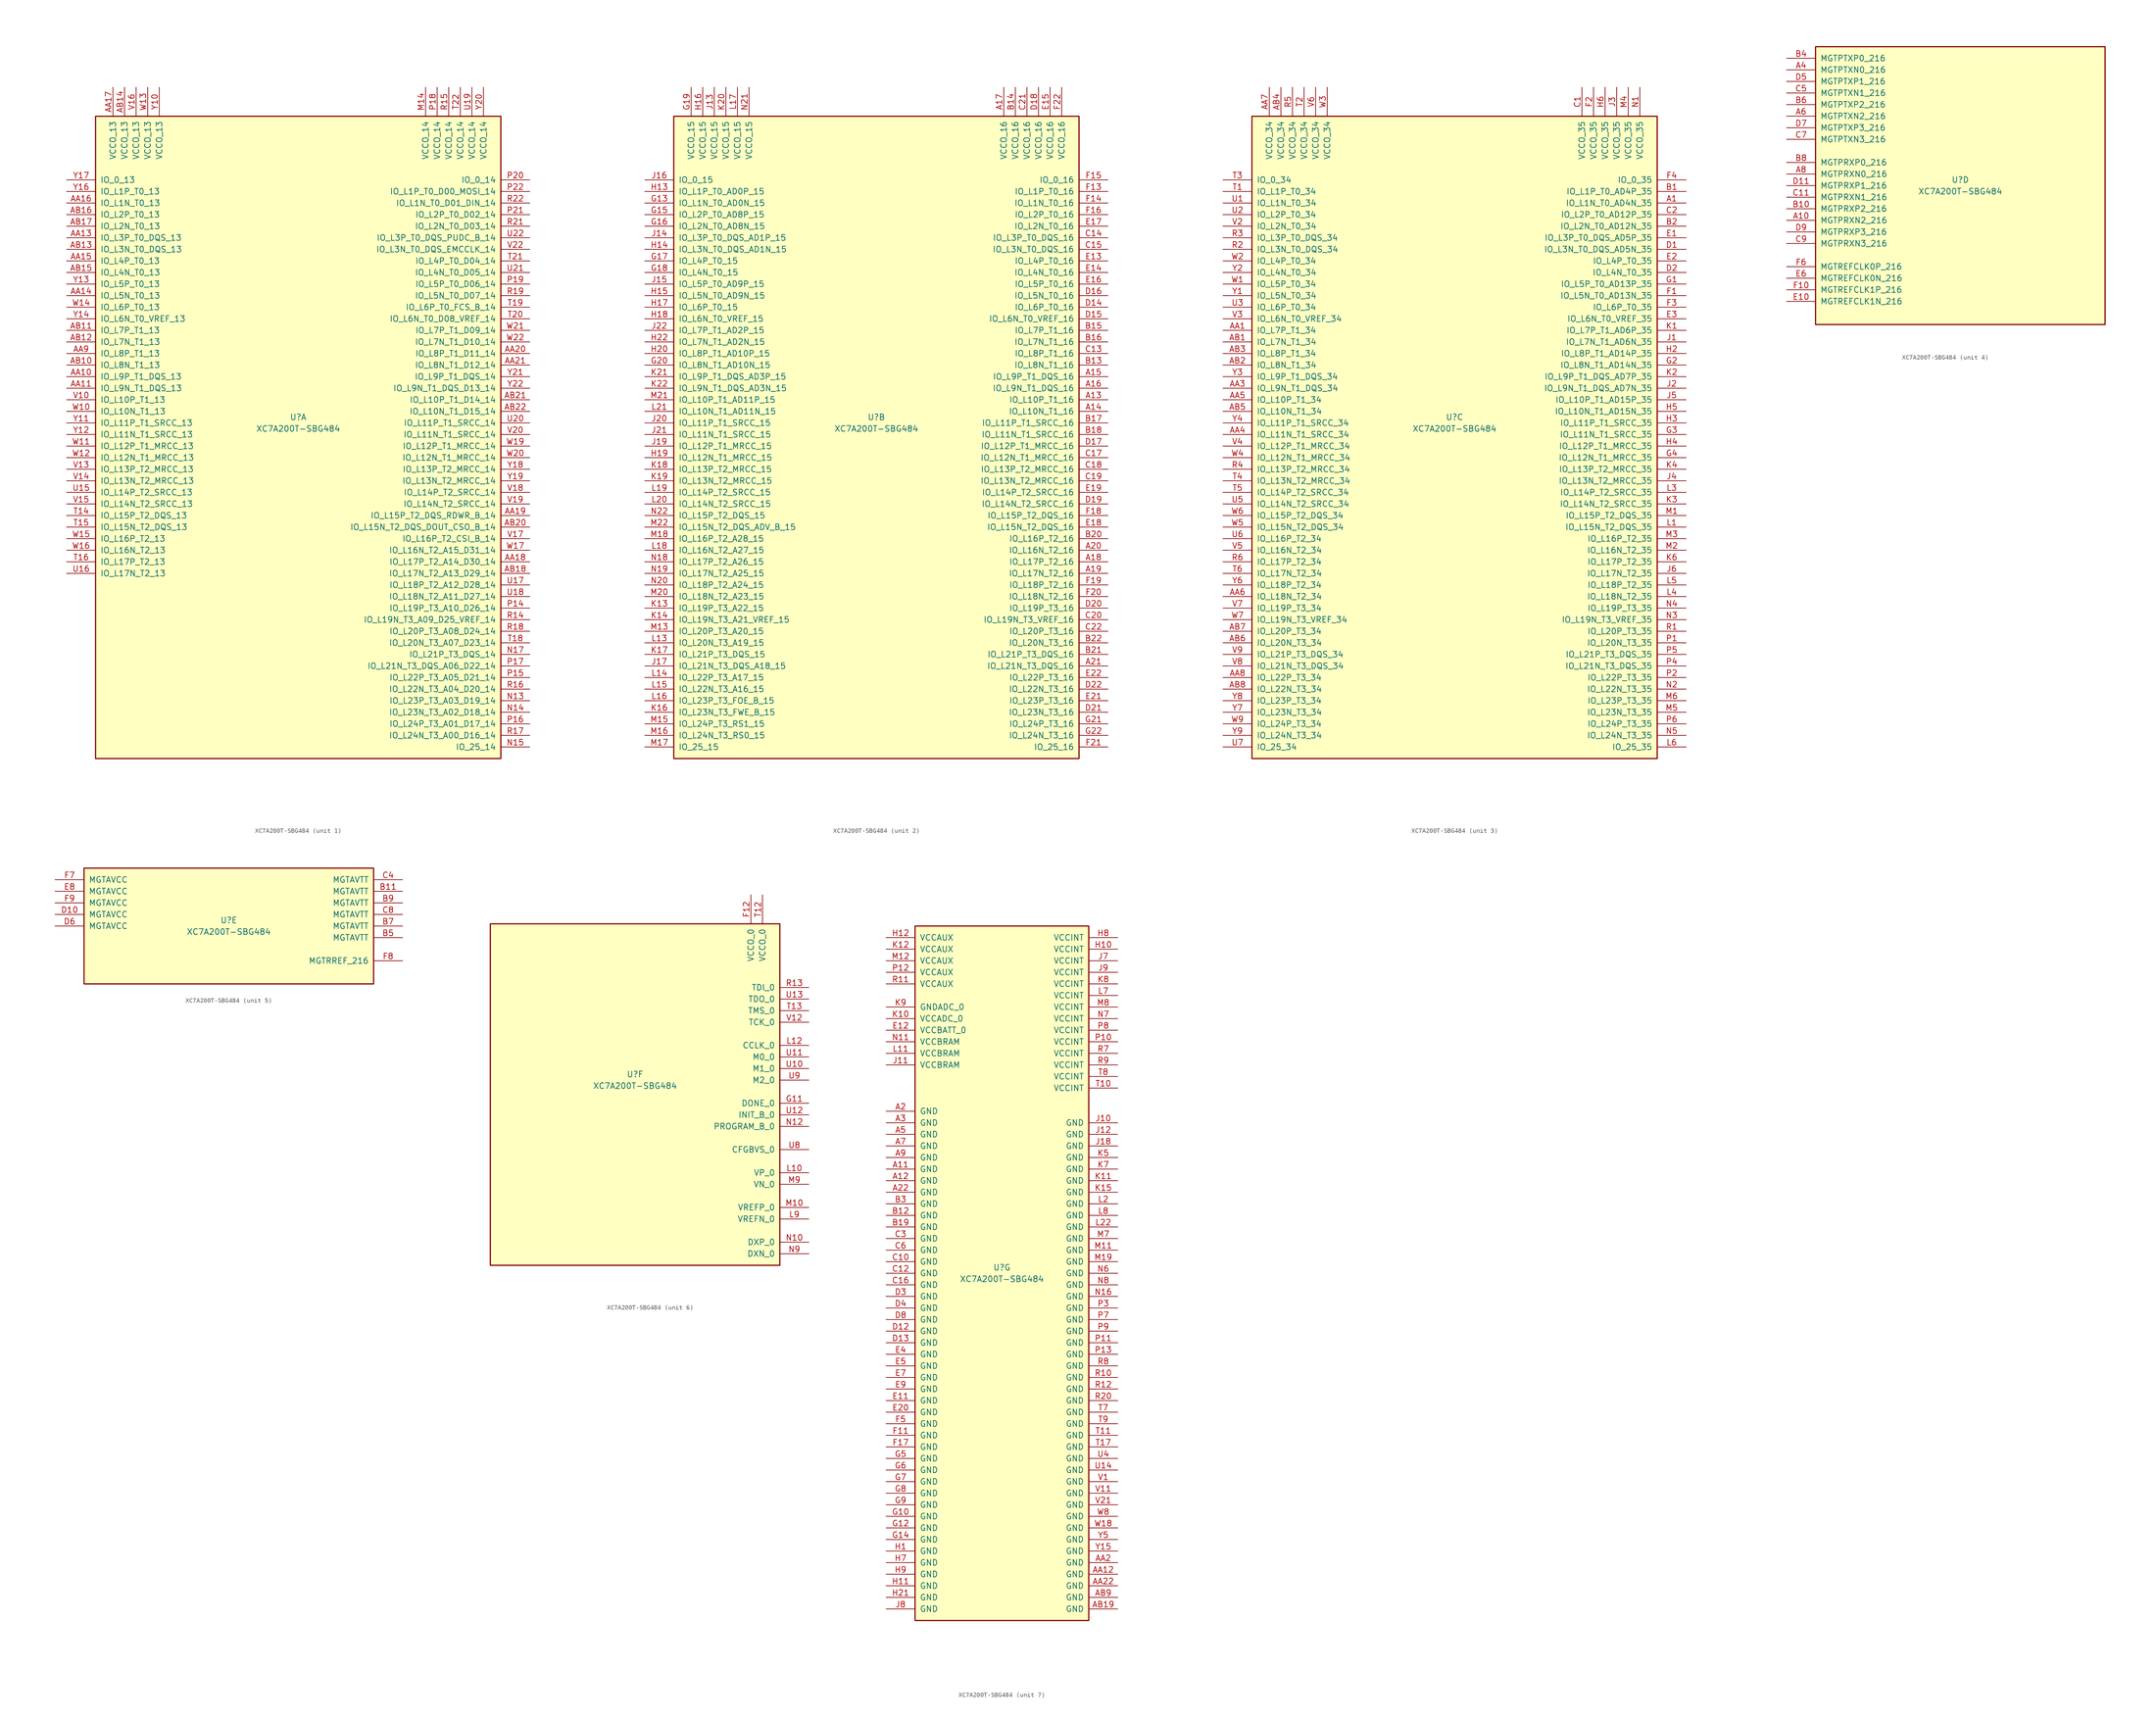
<source format=kicad_sym>
(kicad_symbol_lib
  (version 20201005)
  (generator kicad_symbol_editor)
  (symbol "XC7A200T-SBG484"
    (pin_names
      (offset 1.016))
    (property "Reference" "U"
      (at 0 1.27 0)
      (effects (font (size 1.27 1.27))))
    (property "Value" "XC7A200T-SBG484"
      (at 0 -1.27 0)
      (effects (font (size 1.27 1.27))))
    (property "Datasheet" ""
      (at 0 0 0)
      (effects (font (size 1.27 1.27))))
    (property "ki_locked" ""
      (at 0 0 0)
      (effects (font (size 1.27 1.27))))
    (symbol "XC7A200T-SBG484_1_1"
      (rectangle (start -44.45 67.31) (end 44.45 -73.66) (stroke (width 0.254)) (fill (type background)))
      (pin power_in line (at -40.64 73.66 270) (length 6.35) (name "VCCO_13" (effects (font (size 1.27 1.27)))) (number "AA17" (effects (font (size 1.27 1.27)))))
      (pin power_in line (at -38.1 73.66 270) (length 6.35) (name "VCCO_13" (effects (font (size 1.27 1.27)))) (number "AB14" (effects (font (size 1.27 1.27)))))
      (pin power_in line (at -35.56 73.66 270) (length 6.35) (name "VCCO_13" (effects (font (size 1.27 1.27)))) (number "V16" (effects (font (size 1.27 1.27)))))
      (pin power_in line (at -33.02 73.66 270) (length 6.35) (name "VCCO_13" (effects (font (size 1.27 1.27)))) (number "W13" (effects (font (size 1.27 1.27)))))
      (pin power_in line (at -30.48 73.66 270) (length 6.35) (name "VCCO_13" (effects (font (size 1.27 1.27)))) (number "Y10" (effects (font (size 1.27 1.27)))))
      (pin bidirectional line (at -50.8 53.34 0) (length 6.35) (name "IO_0_13" (effects (font (size 1.27 1.27)))) (number "Y17" (effects (font (size 1.27 1.27)))))
      (pin bidirectional line (at -50.8 50.8 0) (length 6.35) (name "IO_L1P_T0_13" (effects (font (size 1.27 1.27)))) (number "Y16" (effects (font (size 1.27 1.27)))))
      (pin bidirectional line (at -50.8 48.26 0) (length 6.35) (name "IO_L1N_T0_13" (effects (font (size 1.27 1.27)))) (number "AA16" (effects (font (size 1.27 1.27)))))
      (pin bidirectional line (at -50.8 45.72 0) (length 6.35) (name "IO_L2P_T0_13" (effects (font (size 1.27 1.27)))) (number "AB16" (effects (font (size 1.27 1.27)))))
      (pin bidirectional line (at -50.8 43.18 0) (length 6.35) (name "IO_L2N_T0_13" (effects (font (size 1.27 1.27)))) (number "AB17" (effects (font (size 1.27 1.27)))))
      (pin bidirectional line (at -50.8 40.64 0) (length 6.35) (name "IO_L3P_T0_DQS_13" (effects (font (size 1.27 1.27)))) (number "AA13" (effects (font (size 1.27 1.27)))))
      (pin bidirectional line (at -50.8 38.1 0) (length 6.35) (name "IO_L3N_T0_DQS_13" (effects (font (size 1.27 1.27)))) (number "AB13" (effects (font (size 1.27 1.27)))))
      (pin bidirectional line (at -50.8 35.56 0) (length 6.35) (name "IO_L4P_T0_13" (effects (font (size 1.27 1.27)))) (number "AA15" (effects (font (size 1.27 1.27)))))
      (pin bidirectional line (at -50.8 33.02 0) (length 6.35) (name "IO_L4N_T0_13" (effects (font (size 1.27 1.27)))) (number "AB15" (effects (font (size 1.27 1.27)))))
      (pin bidirectional line (at -50.8 30.48 0) (length 6.35) (name "IO_L5P_T0_13" (effects (font (size 1.27 1.27)))) (number "Y13" (effects (font (size 1.27 1.27)))))
      (pin bidirectional line (at -50.8 27.94 0) (length 6.35) (name "IO_L5N_T0_13" (effects (font (size 1.27 1.27)))) (number "AA14" (effects (font (size 1.27 1.27)))))
      (pin bidirectional line (at -50.8 25.4 0) (length 6.35) (name "IO_L6P_T0_13" (effects (font (size 1.27 1.27)))) (number "W14" (effects (font (size 1.27 1.27)))))
      (pin bidirectional line (at -50.8 22.86 0) (length 6.35) (name "IO_L6N_T0_VREF_13" (effects (font (size 1.27 1.27)))) (number "Y14" (effects (font (size 1.27 1.27)))))
      (pin bidirectional line (at -50.8 20.32 0) (length 6.35) (name "IO_L7P_T1_13" (effects (font (size 1.27 1.27)))) (number "AB11" (effects (font (size 1.27 1.27)))))
      (pin bidirectional line (at -50.8 17.78 0) (length 6.35) (name "IO_L7N_T1_13" (effects (font (size 1.27 1.27)))) (number "AB12" (effects (font (size 1.27 1.27)))))
      (pin bidirectional line (at -50.8 15.24 0) (length 6.35) (name "IO_L8P_T1_13" (effects (font (size 1.27 1.27)))) (number "AA9" (effects (font (size 1.27 1.27)))))
      (pin bidirectional line (at -50.8 12.7 0) (length 6.35) (name "IO_L8N_T1_13" (effects (font (size 1.27 1.27)))) (number "AB10" (effects (font (size 1.27 1.27)))))
      (pin bidirectional line (at -50.8 10.16 0) (length 6.35) (name "IO_L9P_T1_DQS_13" (effects (font (size 1.27 1.27)))) (number "AA10" (effects (font (size 1.27 1.27)))))
      (pin bidirectional line (at -50.8 7.62 0) (length 6.35) (name "IO_L9N_T1_DQS_13" (effects (font (size 1.27 1.27)))) (number "AA11" (effects (font (size 1.27 1.27)))))
      (pin bidirectional line (at -50.8 5.08 0) (length 6.35) (name "IO_L10P_T1_13" (effects (font (size 1.27 1.27)))) (number "V10" (effects (font (size 1.27 1.27)))))
      (pin bidirectional line (at -50.8 2.54 0) (length 6.35) (name "IO_L10N_T1_13" (effects (font (size 1.27 1.27)))) (number "W10" (effects (font (size 1.27 1.27)))))
      (pin bidirectional line (at -50.8 0 0) (length 6.35) (name "IO_L11P_T1_SRCC_13" (effects (font (size 1.27 1.27)))) (number "Y11" (effects (font (size 1.27 1.27)))))
      (pin bidirectional line (at -50.8 -2.54 0) (length 6.35) (name "IO_L11N_T1_SRCC_13" (effects (font (size 1.27 1.27)))) (number "Y12" (effects (font (size 1.27 1.27)))))
      (pin bidirectional line (at -50.8 -5.08 0) (length 6.35) (name "IO_L12P_T1_MRCC_13" (effects (font (size 1.27 1.27)))) (number "W11" (effects (font (size 1.27 1.27)))))
      (pin bidirectional line (at -50.8 -7.62 0) (length 6.35) (name "IO_L12N_T1_MRCC_13" (effects (font (size 1.27 1.27)))) (number "W12" (effects (font (size 1.27 1.27)))))
      (pin bidirectional line (at -50.8 -10.16 0) (length 6.35) (name "IO_L13P_T2_MRCC_13" (effects (font (size 1.27 1.27)))) (number "V13" (effects (font (size 1.27 1.27)))))
      (pin bidirectional line (at -50.8 -12.7 0) (length 6.35) (name "IO_L13N_T2_MRCC_13" (effects (font (size 1.27 1.27)))) (number "V14" (effects (font (size 1.27 1.27)))))
      (pin bidirectional line (at -50.8 -15.24 0) (length 6.35) (name "IO_L14P_T2_SRCC_13" (effects (font (size 1.27 1.27)))) (number "U15" (effects (font (size 1.27 1.27)))))
      (pin bidirectional line (at -50.8 -17.78 0) (length 6.35) (name "IO_L14N_T2_SRCC_13" (effects (font (size 1.27 1.27)))) (number "V15" (effects (font (size 1.27 1.27)))))
      (pin bidirectional line (at -50.8 -20.32 0) (length 6.35) (name "IO_L15P_T2_DQS_13" (effects (font (size 1.27 1.27)))) (number "T14" (effects (font (size 1.27 1.27)))))
      (pin bidirectional line (at -50.8 -22.86 0) (length 6.35) (name "IO_L15N_T2_DQS_13" (effects (font (size 1.27 1.27)))) (number "T15" (effects (font (size 1.27 1.27)))))
      (pin bidirectional line (at -50.8 -25.4 0) (length 6.35) (name "IO_L16P_T2_13" (effects (font (size 1.27 1.27)))) (number "W15" (effects (font (size 1.27 1.27)))))
      (pin bidirectional line (at -50.8 -27.94 0) (length 6.35) (name "IO_L16N_T2_13" (effects (font (size 1.27 1.27)))) (number "W16" (effects (font (size 1.27 1.27)))))
      (pin bidirectional line (at -50.8 -30.48 0) (length 6.35) (name "IO_L17P_T2_13" (effects (font (size 1.27 1.27)))) (number "T16" (effects (font (size 1.27 1.27)))))
      (pin bidirectional line (at -50.8 -33.02 0) (length 6.35) (name "IO_L17N_T2_13" (effects (font (size 1.27 1.27)))) (number "U16" (effects (font (size 1.27 1.27)))))
      (pin power_in line (at 27.94 73.66 270) (length 6.35) (name "VCCO_14" (effects (font (size 1.27 1.27)))) (number "M14" (effects (font (size 1.27 1.27)))))
      (pin power_in line (at 30.48 73.66 270) (length 6.35) (name "VCCO_14" (effects (font (size 1.27 1.27)))) (number "P18" (effects (font (size 1.27 1.27)))))
      (pin power_in line (at 33.02 73.66 270) (length 6.35) (name "VCCO_14" (effects (font (size 1.27 1.27)))) (number "R15" (effects (font (size 1.27 1.27)))))
      (pin power_in line (at 35.56 73.66 270) (length 6.35) (name "VCCO_14" (effects (font (size 1.27 1.27)))) (number "T22" (effects (font (size 1.27 1.27)))))
      (pin power_in line (at 38.1 73.66 270) (length 6.35) (name "VCCO_14" (effects (font (size 1.27 1.27)))) (number "U19" (effects (font (size 1.27 1.27)))))
      (pin power_in line (at 40.64 73.66 270) (length 6.35) (name "VCCO_14" (effects (font (size 1.27 1.27)))) (number "Y20" (effects (font (size 1.27 1.27)))))
      (pin bidirectional line (at 50.8 53.34 180) (length 6.35) (name "IO_0_14" (effects (font (size 1.27 1.27)))) (number "P20" (effects (font (size 1.27 1.27)))))
      (pin bidirectional line (at 50.8 50.8 180) (length 6.35) (name "IO_L1P_T0_D00_MOSI_14" (effects (font (size 1.27 1.27)))) (number "P22" (effects (font (size 1.27 1.27)))))
      (pin bidirectional line (at 50.8 48.26 180) (length 6.35) (name "IO_L1N_T0_D01_DIN_14" (effects (font (size 1.27 1.27)))) (number "R22" (effects (font (size 1.27 1.27)))))
      (pin bidirectional line (at 50.8 45.72 180) (length 6.35) (name "IO_L2P_T0_D02_14" (effects (font (size 1.27 1.27)))) (number "P21" (effects (font (size 1.27 1.27)))))
      (pin bidirectional line (at 50.8 43.18 180) (length 6.35) (name "IO_L2N_T0_D03_14" (effects (font (size 1.27 1.27)))) (number "R21" (effects (font (size 1.27 1.27)))))
      (pin bidirectional line (at 50.8 40.64 180) (length 6.35) (name "IO_L3P_T0_DQS_PUDC_B_14" (effects (font (size 1.27 1.27)))) (number "U22" (effects (font (size 1.27 1.27)))))
      (pin bidirectional line (at 50.8 38.1 180) (length 6.35) (name "IO_L3N_T0_DQS_EMCCLK_14" (effects (font (size 1.27 1.27)))) (number "V22" (effects (font (size 1.27 1.27)))))
      (pin bidirectional line (at 50.8 35.56 180) (length 6.35) (name "IO_L4P_T0_D04_14" (effects (font (size 1.27 1.27)))) (number "T21" (effects (font (size 1.27 1.27)))))
      (pin bidirectional line (at 50.8 33.02 180) (length 6.35) (name "IO_L4N_T0_D05_14" (effects (font (size 1.27 1.27)))) (number "U21" (effects (font (size 1.27 1.27)))))
      (pin bidirectional line (at 50.8 30.48 180) (length 6.35) (name "IO_L5P_T0_D06_14" (effects (font (size 1.27 1.27)))) (number "P19" (effects (font (size 1.27 1.27)))))
      (pin bidirectional line (at 50.8 27.94 180) (length 6.35) (name "IO_L5N_T0_D07_14" (effects (font (size 1.27 1.27)))) (number "R19" (effects (font (size 1.27 1.27)))))
      (pin bidirectional line (at 50.8 25.4 180) (length 6.35) (name "IO_L6P_T0_FCS_B_14" (effects (font (size 1.27 1.27)))) (number "T19" (effects (font (size 1.27 1.27)))))
      (pin bidirectional line (at 50.8 22.86 180) (length 6.35) (name "IO_L6N_T0_D08_VREF_14" (effects (font (size 1.27 1.27)))) (number "T20" (effects (font (size 1.27 1.27)))))
      (pin bidirectional line (at 50.8 20.32 180) (length 6.35) (name "IO_L7P_T1_D09_14" (effects (font (size 1.27 1.27)))) (number "W21" (effects (font (size 1.27 1.27)))))
      (pin bidirectional line (at 50.8 17.78 180) (length 6.35) (name "IO_L7N_T1_D10_14" (effects (font (size 1.27 1.27)))) (number "W22" (effects (font (size 1.27 1.27)))))
      (pin bidirectional line (at 50.8 15.24 180) (length 6.35) (name "IO_L8P_T1_D11_14" (effects (font (size 1.27 1.27)))) (number "AA20" (effects (font (size 1.27 1.27)))))
      (pin bidirectional line (at 50.8 12.7 180) (length 6.35) (name "IO_L8N_T1_D12_14" (effects (font (size 1.27 1.27)))) (number "AA21" (effects (font (size 1.27 1.27)))))
      (pin bidirectional line (at 50.8 10.16 180) (length 6.35) (name "IO_L9P_T1_DQS_14" (effects (font (size 1.27 1.27)))) (number "Y21" (effects (font (size 1.27 1.27)))))
      (pin bidirectional line (at 50.8 7.62 180) (length 6.35) (name "IO_L9N_T1_DQS_D13_14" (effects (font (size 1.27 1.27)))) (number "Y22" (effects (font (size 1.27 1.27)))))
      (pin bidirectional line (at 50.8 5.08 180) (length 6.35) (name "IO_L10P_T1_D14_14" (effects (font (size 1.27 1.27)))) (number "AB21" (effects (font (size 1.27 1.27)))))
      (pin bidirectional line (at 50.8 2.54 180) (length 6.35) (name "IO_L10N_T1_D15_14" (effects (font (size 1.27 1.27)))) (number "AB22" (effects (font (size 1.27 1.27)))))
      (pin bidirectional line (at 50.8 0 180) (length 6.35) (name "IO_L11P_T1_SRCC_14" (effects (font (size 1.27 1.27)))) (number "U20" (effects (font (size 1.27 1.27)))))
      (pin bidirectional line (at 50.8 -2.54 180) (length 6.35) (name "IO_L11N_T1_SRCC_14" (effects (font (size 1.27 1.27)))) (number "V20" (effects (font (size 1.27 1.27)))))
      (pin bidirectional line (at 50.8 -5.08 180) (length 6.35) (name "IO_L12P_T1_MRCC_14" (effects (font (size 1.27 1.27)))) (number "W19" (effects (font (size 1.27 1.27)))))
      (pin bidirectional line (at 50.8 -7.62 180) (length 6.35) (name "IO_L12N_T1_MRCC_14" (effects (font (size 1.27 1.27)))) (number "W20" (effects (font (size 1.27 1.27)))))
      (pin bidirectional line (at 50.8 -10.16 180) (length 6.35) (name "IO_L13P_T2_MRCC_14" (effects (font (size 1.27 1.27)))) (number "Y18" (effects (font (size 1.27 1.27)))))
      (pin bidirectional line (at 50.8 -12.7 180) (length 6.35) (name "IO_L13N_T2_MRCC_14" (effects (font (size 1.27 1.27)))) (number "Y19" (effects (font (size 1.27 1.27)))))
      (pin bidirectional line (at 50.8 -15.24 180) (length 6.35) (name "IO_L14P_T2_SRCC_14" (effects (font (size 1.27 1.27)))) (number "V18" (effects (font (size 1.27 1.27)))))
      (pin bidirectional line (at 50.8 -17.78 180) (length 6.35) (name "IO_L14N_T2_SRCC_14" (effects (font (size 1.27 1.27)))) (number "V19" (effects (font (size 1.27 1.27)))))
      (pin bidirectional line (at 50.8 -20.32 180) (length 6.35) (name "IO_L15P_T2_DQS_RDWR_B_14" (effects (font (size 1.27 1.27)))) (number "AA19" (effects (font (size 1.27 1.27)))))
      (pin bidirectional line (at 50.8 -22.86 180) (length 6.35) (name "IO_L15N_T2_DQS_DOUT_CSO_B_14" (effects (font (size 1.27 1.27)))) (number "AB20" (effects (font (size 1.27 1.27)))))
      (pin bidirectional line (at 50.8 -25.4 180) (length 6.35) (name "IO_L16P_T2_CSI_B_14" (effects (font (size 1.27 1.27)))) (number "V17" (effects (font (size 1.27 1.27)))))
      (pin bidirectional line (at 50.8 -27.94 180) (length 6.35) (name "IO_L16N_T2_A15_D31_14" (effects (font (size 1.27 1.27)))) (number "W17" (effects (font (size 1.27 1.27)))))
      (pin bidirectional line (at 50.8 -30.48 180) (length 6.35) (name "IO_L17P_T2_A14_D30_14" (effects (font (size 1.27 1.27)))) (number "AA18" (effects (font (size 1.27 1.27)))))
      (pin bidirectional line (at 50.8 -33.02 180) (length 6.35) (name "IO_L17N_T2_A13_D29_14" (effects (font (size 1.27 1.27)))) (number "AB18" (effects (font (size 1.27 1.27)))))
      (pin bidirectional line (at 50.8 -35.56 180) (length 6.35) (name "IO_L18P_T2_A12_D28_14" (effects (font (size 1.27 1.27)))) (number "U17" (effects (font (size 1.27 1.27)))))
      (pin bidirectional line (at 50.8 -38.1 180) (length 6.35) (name "IO_L18N_T2_A11_D27_14" (effects (font (size 1.27 1.27)))) (number "U18" (effects (font (size 1.27 1.27)))))
      (pin bidirectional line (at 50.8 -40.64 180) (length 6.35) (name "IO_L19P_T3_A10_D26_14" (effects (font (size 1.27 1.27)))) (number "P14" (effects (font (size 1.27 1.27)))))
      (pin bidirectional line (at 50.8 -43.18 180) (length 6.35) (name "IO_L19N_T3_A09_D25_VREF_14" (effects (font (size 1.27 1.27)))) (number "R14" (effects (font (size 1.27 1.27)))))
      (pin bidirectional line (at 50.8 -45.72 180) (length 6.35) (name "IO_L20P_T3_A08_D24_14" (effects (font (size 1.27 1.27)))) (number "R18" (effects (font (size 1.27 1.27)))))
      (pin bidirectional line (at 50.8 -48.26 180) (length 6.35) (name "IO_L20N_T3_A07_D23_14" (effects (font (size 1.27 1.27)))) (number "T18" (effects (font (size 1.27 1.27)))))
      (pin bidirectional line (at 50.8 -50.8 180) (length 6.35) (name "IO_L21P_T3_DQS_14" (effects (font (size 1.27 1.27)))) (number "N17" (effects (font (size 1.27 1.27)))))
      (pin bidirectional line (at 50.8 -53.34 180) (length 6.35) (name "IO_L21N_T3_DQS_A06_D22_14" (effects (font (size 1.27 1.27)))) (number "P17" (effects (font (size 1.27 1.27)))))
      (pin bidirectional line (at 50.8 -55.88 180) (length 6.35) (name "IO_L22P_T3_A05_D21_14" (effects (font (size 1.27 1.27)))) (number "P15" (effects (font (size 1.27 1.27)))))
      (pin bidirectional line (at 50.8 -58.42 180) (length 6.35) (name "IO_L22N_T3_A04_D20_14" (effects (font (size 1.27 1.27)))) (number "R16" (effects (font (size 1.27 1.27)))))
      (pin bidirectional line (at 50.8 -60.96 180) (length 6.35) (name "IO_L23P_T3_A03_D19_14" (effects (font (size 1.27 1.27)))) (number "N13" (effects (font (size 1.27 1.27)))))
      (pin bidirectional line (at 50.8 -63.5 180) (length 6.35) (name "IO_L23N_T3_A02_D18_14" (effects (font (size 1.27 1.27)))) (number "N14" (effects (font (size 1.27 1.27)))))
      (pin bidirectional line (at 50.8 -66.04 180) (length 6.35) (name "IO_L24P_T3_A01_D17_14" (effects (font (size 1.27 1.27)))) (number "P16" (effects (font (size 1.27 1.27)))))
      (pin bidirectional line (at 50.8 -68.58 180) (length 6.35) (name "IO_L24N_T3_A00_D16_14" (effects (font (size 1.27 1.27)))) (number "R17" (effects (font (size 1.27 1.27)))))
      (pin bidirectional line (at 50.8 -71.12 180) (length 6.35) (name "IO_25_14" (effects (font (size 1.27 1.27)))) (number "N15" (effects (font (size 1.27 1.27))))))
    (symbol "XC7A200T-SBG484_2_1"
      (rectangle (start -44.45 67.31) (end 44.45 -73.66) (stroke (width 0.254)) (fill (type background)))
      (pin power_in line (at -40.64 73.66 270) (length 6.35) (name "VCCO_15" (effects (font (size 1.27 1.27)))) (number "G19" (effects (font (size 1.27 1.27)))))
      (pin power_in line (at -38.1 73.66 270) (length 6.35) (name "VCCO_15" (effects (font (size 1.27 1.27)))) (number "H16" (effects (font (size 1.27 1.27)))))
      (pin power_in line (at -35.56 73.66 270) (length 6.35) (name "VCCO_15" (effects (font (size 1.27 1.27)))) (number "J13" (effects (font (size 1.27 1.27)))))
      (pin power_in line (at -33.02 73.66 270) (length 6.35) (name "VCCO_15" (effects (font (size 1.27 1.27)))) (number "K20" (effects (font (size 1.27 1.27)))))
      (pin power_in line (at -30.48 73.66 270) (length 6.35) (name "VCCO_15" (effects (font (size 1.27 1.27)))) (number "L17" (effects (font (size 1.27 1.27)))))
      (pin power_in line (at -27.94 73.66 270) (length 6.35) (name "VCCO_15" (effects (font (size 1.27 1.27)))) (number "N21" (effects (font (size 1.27 1.27)))))
      (pin bidirectional line (at -50.8 53.34 0) (length 6.35) (name "IO_0_15" (effects (font (size 1.27 1.27)))) (number "J16" (effects (font (size 1.27 1.27)))))
      (pin bidirectional line (at -50.8 50.8 0) (length 6.35) (name "IO_L1P_T0_AD0P_15" (effects (font (size 1.27 1.27)))) (number "H13" (effects (font (size 1.27 1.27)))))
      (pin bidirectional line (at -50.8 48.26 0) (length 6.35) (name "IO_L1N_T0_AD0N_15" (effects (font (size 1.27 1.27)))) (number "G13" (effects (font (size 1.27 1.27)))))
      (pin bidirectional line (at -50.8 45.72 0) (length 6.35) (name "IO_L2P_T0_AD8P_15" (effects (font (size 1.27 1.27)))) (number "G15" (effects (font (size 1.27 1.27)))))
      (pin bidirectional line (at -50.8 43.18 0) (length 6.35) (name "IO_L2N_T0_AD8N_15" (effects (font (size 1.27 1.27)))) (number "G16" (effects (font (size 1.27 1.27)))))
      (pin bidirectional line (at -50.8 40.64 0) (length 6.35) (name "IO_L3P_T0_DQS_AD1P_15" (effects (font (size 1.27 1.27)))) (number "J14" (effects (font (size 1.27 1.27)))))
      (pin bidirectional line (at -50.8 38.1 0) (length 6.35) (name "IO_L3N_T0_DQS_AD1N_15" (effects (font (size 1.27 1.27)))) (number "H14" (effects (font (size 1.27 1.27)))))
      (pin bidirectional line (at -50.8 35.56 0) (length 6.35) (name "IO_L4P_T0_15" (effects (font (size 1.27 1.27)))) (number "G17" (effects (font (size 1.27 1.27)))))
      (pin bidirectional line (at -50.8 33.02 0) (length 6.35) (name "IO_L4N_T0_15" (effects (font (size 1.27 1.27)))) (number "G18" (effects (font (size 1.27 1.27)))))
      (pin bidirectional line (at -50.8 30.48 0) (length 6.35) (name "IO_L5P_T0_AD9P_15" (effects (font (size 1.27 1.27)))) (number "J15" (effects (font (size 1.27 1.27)))))
      (pin bidirectional line (at -50.8 27.94 0) (length 6.35) (name "IO_L5N_T0_AD9N_15" (effects (font (size 1.27 1.27)))) (number "H15" (effects (font (size 1.27 1.27)))))
      (pin bidirectional line (at -50.8 25.4 0) (length 6.35) (name "IO_L6P_T0_15" (effects (font (size 1.27 1.27)))) (number "H17" (effects (font (size 1.27 1.27)))))
      (pin bidirectional line (at -50.8 22.86 0) (length 6.35) (name "IO_L6N_T0_VREF_15" (effects (font (size 1.27 1.27)))) (number "H18" (effects (font (size 1.27 1.27)))))
      (pin bidirectional line (at -50.8 20.32 0) (length 6.35) (name "IO_L7P_T1_AD2P_15" (effects (font (size 1.27 1.27)))) (number "J22" (effects (font (size 1.27 1.27)))))
      (pin bidirectional line (at -50.8 17.78 0) (length 6.35) (name "IO_L7N_T1_AD2N_15" (effects (font (size 1.27 1.27)))) (number "H22" (effects (font (size 1.27 1.27)))))
      (pin bidirectional line (at -50.8 15.24 0) (length 6.35) (name "IO_L8P_T1_AD10P_15" (effects (font (size 1.27 1.27)))) (number "H20" (effects (font (size 1.27 1.27)))))
      (pin bidirectional line (at -50.8 12.7 0) (length 6.35) (name "IO_L8N_T1_AD10N_15" (effects (font (size 1.27 1.27)))) (number "G20" (effects (font (size 1.27 1.27)))))
      (pin bidirectional line (at -50.8 10.16 0) (length 6.35) (name "IO_L9P_T1_DQS_AD3P_15" (effects (font (size 1.27 1.27)))) (number "K21" (effects (font (size 1.27 1.27)))))
      (pin bidirectional line (at -50.8 7.62 0) (length 6.35) (name "IO_L9N_T1_DQS_AD3N_15" (effects (font (size 1.27 1.27)))) (number "K22" (effects (font (size 1.27 1.27)))))
      (pin bidirectional line (at -50.8 5.08 0) (length 6.35) (name "IO_L10P_T1_AD11P_15" (effects (font (size 1.27 1.27)))) (number "M21" (effects (font (size 1.27 1.27)))))
      (pin bidirectional line (at -50.8 2.54 0) (length 6.35) (name "IO_L10N_T1_AD11N_15" (effects (font (size 1.27 1.27)))) (number "L21" (effects (font (size 1.27 1.27)))))
      (pin bidirectional line (at -50.8 0 0) (length 6.35) (name "IO_L11P_T1_SRCC_15" (effects (font (size 1.27 1.27)))) (number "J20" (effects (font (size 1.27 1.27)))))
      (pin bidirectional line (at -50.8 -2.54 0) (length 6.35) (name "IO_L11N_T1_SRCC_15" (effects (font (size 1.27 1.27)))) (number "J21" (effects (font (size 1.27 1.27)))))
      (pin bidirectional line (at -50.8 -5.08 0) (length 6.35) (name "IO_L12P_T1_MRCC_15" (effects (font (size 1.27 1.27)))) (number "J19" (effects (font (size 1.27 1.27)))))
      (pin bidirectional line (at -50.8 -7.62 0) (length 6.35) (name "IO_L12N_T1_MRCC_15" (effects (font (size 1.27 1.27)))) (number "H19" (effects (font (size 1.27 1.27)))))
      (pin bidirectional line (at -50.8 -10.16 0) (length 6.35) (name "IO_L13P_T2_MRCC_15" (effects (font (size 1.27 1.27)))) (number "K18" (effects (font (size 1.27 1.27)))))
      (pin bidirectional line (at -50.8 -12.7 0) (length 6.35) (name "IO_L13N_T2_MRCC_15" (effects (font (size 1.27 1.27)))) (number "K19" (effects (font (size 1.27 1.27)))))
      (pin bidirectional line (at -50.8 -15.24 0) (length 6.35) (name "IO_L14P_T2_SRCC_15" (effects (font (size 1.27 1.27)))) (number "L19" (effects (font (size 1.27 1.27)))))
      (pin bidirectional line (at -50.8 -17.78 0) (length 6.35) (name "IO_L14N_T2_SRCC_15" (effects (font (size 1.27 1.27)))) (number "L20" (effects (font (size 1.27 1.27)))))
      (pin bidirectional line (at -50.8 -20.32 0) (length 6.35) (name "IO_L15P_T2_DQS_15" (effects (font (size 1.27 1.27)))) (number "N22" (effects (font (size 1.27 1.27)))))
      (pin bidirectional line (at -50.8 -22.86 0) (length 6.35) (name "IO_L15N_T2_DQS_ADV_B_15" (effects (font (size 1.27 1.27)))) (number "M22" (effects (font (size 1.27 1.27)))))
      (pin bidirectional line (at -50.8 -25.4 0) (length 6.35) (name "IO_L16P_T2_A28_15" (effects (font (size 1.27 1.27)))) (number "M18" (effects (font (size 1.27 1.27)))))
      (pin bidirectional line (at -50.8 -27.94 0) (length 6.35) (name "IO_L16N_T2_A27_15" (effects (font (size 1.27 1.27)))) (number "L18" (effects (font (size 1.27 1.27)))))
      (pin bidirectional line (at -50.8 -30.48 0) (length 6.35) (name "IO_L17P_T2_A26_15" (effects (font (size 1.27 1.27)))) (number "N18" (effects (font (size 1.27 1.27)))))
      (pin bidirectional line (at -50.8 -33.02 0) (length 6.35) (name "IO_L17N_T2_A25_15" (effects (font (size 1.27 1.27)))) (number "N19" (effects (font (size 1.27 1.27)))))
      (pin bidirectional line (at -50.8 -35.56 0) (length 6.35) (name "IO_L18P_T2_A24_15" (effects (font (size 1.27 1.27)))) (number "N20" (effects (font (size 1.27 1.27)))))
      (pin bidirectional line (at -50.8 -38.1 0) (length 6.35) (name "IO_L18N_T2_A23_15" (effects (font (size 1.27 1.27)))) (number "M20" (effects (font (size 1.27 1.27)))))
      (pin bidirectional line (at -50.8 -40.64 0) (length 6.35) (name "IO_L19P_T3_A22_15" (effects (font (size 1.27 1.27)))) (number "K13" (effects (font (size 1.27 1.27)))))
      (pin bidirectional line (at -50.8 -43.18 0) (length 6.35) (name "IO_L19N_T3_A21_VREF_15" (effects (font (size 1.27 1.27)))) (number "K14" (effects (font (size 1.27 1.27)))))
      (pin bidirectional line (at -50.8 -45.72 0) (length 6.35) (name "IO_L20P_T3_A20_15" (effects (font (size 1.27 1.27)))) (number "M13" (effects (font (size 1.27 1.27)))))
      (pin bidirectional line (at -50.8 -48.26 0) (length 6.35) (name "IO_L20N_T3_A19_15" (effects (font (size 1.27 1.27)))) (number "L13" (effects (font (size 1.27 1.27)))))
      (pin bidirectional line (at -50.8 -50.8 0) (length 6.35) (name "IO_L21P_T3_DQS_15" (effects (font (size 1.27 1.27)))) (number "K17" (effects (font (size 1.27 1.27)))))
      (pin bidirectional line (at -50.8 -53.34 0) (length 6.35) (name "IO_L21N_T3_DQS_A18_15" (effects (font (size 1.27 1.27)))) (number "J17" (effects (font (size 1.27 1.27)))))
      (pin bidirectional line (at -50.8 -55.88 0) (length 6.35) (name "IO_L22P_T3_A17_15" (effects (font (size 1.27 1.27)))) (number "L14" (effects (font (size 1.27 1.27)))))
      (pin bidirectional line (at -50.8 -58.42 0) (length 6.35) (name "IO_L22N_T3_A16_15" (effects (font (size 1.27 1.27)))) (number "L15" (effects (font (size 1.27 1.27)))))
      (pin bidirectional line (at -50.8 -60.96 0) (length 6.35) (name "IO_L23P_T3_FOE_B_15" (effects (font (size 1.27 1.27)))) (number "L16" (effects (font (size 1.27 1.27)))))
      (pin bidirectional line (at -50.8 -63.5 0) (length 6.35) (name "IO_L23N_T3_FWE_B_15" (effects (font (size 1.27 1.27)))) (number "K16" (effects (font (size 1.27 1.27)))))
      (pin bidirectional line (at -50.8 -66.04 0) (length 6.35) (name "IO_L24P_T3_RS1_15" (effects (font (size 1.27 1.27)))) (number "M15" (effects (font (size 1.27 1.27)))))
      (pin bidirectional line (at -50.8 -68.58 0) (length 6.35) (name "IO_L24N_T3_RS0_15" (effects (font (size 1.27 1.27)))) (number "M16" (effects (font (size 1.27 1.27)))))
      (pin bidirectional line (at -50.8 -71.12 0) (length 6.35) (name "IO_25_15" (effects (font (size 1.27 1.27)))) (number "M17" (effects (font (size 1.27 1.27)))))
      (pin power_in line (at 27.94 73.66 270) (length 6.35) (name "VCCO_16" (effects (font (size 1.27 1.27)))) (number "A17" (effects (font (size 1.27 1.27)))))
      (pin power_in line (at 30.48 73.66 270) (length 6.35) (name "VCCO_16" (effects (font (size 1.27 1.27)))) (number "B14" (effects (font (size 1.27 1.27)))))
      (pin power_in line (at 33.02 73.66 270) (length 6.35) (name "VCCO_16" (effects (font (size 1.27 1.27)))) (number "C21" (effects (font (size 1.27 1.27)))))
      (pin power_in line (at 35.56 73.66 270) (length 6.35) (name "VCCO_16" (effects (font (size 1.27 1.27)))) (number "D18" (effects (font (size 1.27 1.27)))))
      (pin power_in line (at 38.1 73.66 270) (length 6.35) (name "VCCO_16" (effects (font (size 1.27 1.27)))) (number "E15" (effects (font (size 1.27 1.27)))))
      (pin power_in line (at 40.64 73.66 270) (length 6.35) (name "VCCO_16" (effects (font (size 1.27 1.27)))) (number "F22" (effects (font (size 1.27 1.27)))))
      (pin bidirectional line (at 50.8 53.34 180) (length 6.35) (name "IO_0_16" (effects (font (size 1.27 1.27)))) (number "F15" (effects (font (size 1.27 1.27)))))
      (pin bidirectional line (at 50.8 50.8 180) (length 6.35) (name "IO_L1P_T0_16" (effects (font (size 1.27 1.27)))) (number "F13" (effects (font (size 1.27 1.27)))))
      (pin bidirectional line (at 50.8 48.26 180) (length 6.35) (name "IO_L1N_T0_16" (effects (font (size 1.27 1.27)))) (number "F14" (effects (font (size 1.27 1.27)))))
      (pin bidirectional line (at 50.8 45.72 180) (length 6.35) (name "IO_L2P_T0_16" (effects (font (size 1.27 1.27)))) (number "F16" (effects (font (size 1.27 1.27)))))
      (pin bidirectional line (at 50.8 43.18 180) (length 6.35) (name "IO_L2N_T0_16" (effects (font (size 1.27 1.27)))) (number "E17" (effects (font (size 1.27 1.27)))))
      (pin bidirectional line (at 50.8 40.64 180) (length 6.35) (name "IO_L3P_T0_DQS_16" (effects (font (size 1.27 1.27)))) (number "C14" (effects (font (size 1.27 1.27)))))
      (pin bidirectional line (at 50.8 38.1 180) (length 6.35) (name "IO_L3N_T0_DQS_16" (effects (font (size 1.27 1.27)))) (number "C15" (effects (font (size 1.27 1.27)))))
      (pin bidirectional line (at 50.8 35.56 180) (length 6.35) (name "IO_L4P_T0_16" (effects (font (size 1.27 1.27)))) (number "E13" (effects (font (size 1.27 1.27)))))
      (pin bidirectional line (at 50.8 33.02 180) (length 6.35) (name "IO_L4N_T0_16" (effects (font (size 1.27 1.27)))) (number "E14" (effects (font (size 1.27 1.27)))))
      (pin bidirectional line (at 50.8 30.48 180) (length 6.35) (name "IO_L5P_T0_16" (effects (font (size 1.27 1.27)))) (number "E16" (effects (font (size 1.27 1.27)))))
      (pin bidirectional line (at 50.8 27.94 180) (length 6.35) (name "IO_L5N_T0_16" (effects (font (size 1.27 1.27)))) (number "D16" (effects (font (size 1.27 1.27)))))
      (pin bidirectional line (at 50.8 25.4 180) (length 6.35) (name "IO_L6P_T0_16" (effects (font (size 1.27 1.27)))) (number "D14" (effects (font (size 1.27 1.27)))))
      (pin bidirectional line (at 50.8 22.86 180) (length 6.35) (name "IO_L6N_T0_VREF_16" (effects (font (size 1.27 1.27)))) (number "D15" (effects (font (size 1.27 1.27)))))
      (pin bidirectional line (at 50.8 20.32 180) (length 6.35) (name "IO_L7P_T1_16" (effects (font (size 1.27 1.27)))) (number "B15" (effects (font (size 1.27 1.27)))))
      (pin bidirectional line (at 50.8 17.78 180) (length 6.35) (name "IO_L7N_T1_16" (effects (font (size 1.27 1.27)))) (number "B16" (effects (font (size 1.27 1.27)))))
      (pin bidirectional line (at 50.8 15.24 180) (length 6.35) (name "IO_L8P_T1_16" (effects (font (size 1.27 1.27)))) (number "C13" (effects (font (size 1.27 1.27)))))
      (pin bidirectional line (at 50.8 12.7 180) (length 6.35) (name "IO_L8N_T1_16" (effects (font (size 1.27 1.27)))) (number "B13" (effects (font (size 1.27 1.27)))))
      (pin bidirectional line (at 50.8 10.16 180) (length 6.35) (name "IO_L9P_T1_DQS_16" (effects (font (size 1.27 1.27)))) (number "A15" (effects (font (size 1.27 1.27)))))
      (pin bidirectional line (at 50.8 7.62 180) (length 6.35) (name "IO_L9N_T1_DQS_16" (effects (font (size 1.27 1.27)))) (number "A16" (effects (font (size 1.27 1.27)))))
      (pin bidirectional line (at 50.8 5.08 180) (length 6.35) (name "IO_L10P_T1_16" (effects (font (size 1.27 1.27)))) (number "A13" (effects (font (size 1.27 1.27)))))
      (pin bidirectional line (at 50.8 2.54 180) (length 6.35) (name "IO_L10N_T1_16" (effects (font (size 1.27 1.27)))) (number "A14" (effects (font (size 1.27 1.27)))))
      (pin bidirectional line (at 50.8 0 180) (length 6.35) (name "IO_L11P_T1_SRCC_16" (effects (font (size 1.27 1.27)))) (number "B17" (effects (font (size 1.27 1.27)))))
      (pin bidirectional line (at 50.8 -2.54 180) (length 6.35) (name "IO_L11N_T1_SRCC_16" (effects (font (size 1.27 1.27)))) (number "B18" (effects (font (size 1.27 1.27)))))
      (pin bidirectional line (at 50.8 -5.08 180) (length 6.35) (name "IO_L12P_T1_MRCC_16" (effects (font (size 1.27 1.27)))) (number "D17" (effects (font (size 1.27 1.27)))))
      (pin bidirectional line (at 50.8 -7.62 180) (length 6.35) (name "IO_L12N_T1_MRCC_16" (effects (font (size 1.27 1.27)))) (number "C17" (effects (font (size 1.27 1.27)))))
      (pin bidirectional line (at 50.8 -10.16 180) (length 6.35) (name "IO_L13P_T2_MRCC_16" (effects (font (size 1.27 1.27)))) (number "C18" (effects (font (size 1.27 1.27)))))
      (pin bidirectional line (at 50.8 -12.7 180) (length 6.35) (name "IO_L13N_T2_MRCC_16" (effects (font (size 1.27 1.27)))) (number "C19" (effects (font (size 1.27 1.27)))))
      (pin bidirectional line (at 50.8 -15.24 180) (length 6.35) (name "IO_L14P_T2_SRCC_16" (effects (font (size 1.27 1.27)))) (number "E19" (effects (font (size 1.27 1.27)))))
      (pin bidirectional line (at 50.8 -17.78 180) (length 6.35) (name "IO_L14N_T2_SRCC_16" (effects (font (size 1.27 1.27)))) (number "D19" (effects (font (size 1.27 1.27)))))
      (pin bidirectional line (at 50.8 -20.32 180) (length 6.35) (name "IO_L15P_T2_DQS_16" (effects (font (size 1.27 1.27)))) (number "F18" (effects (font (size 1.27 1.27)))))
      (pin bidirectional line (at 50.8 -22.86 180) (length 6.35) (name "IO_L15N_T2_DQS_16" (effects (font (size 1.27 1.27)))) (number "E18" (effects (font (size 1.27 1.27)))))
      (pin bidirectional line (at 50.8 -25.4 180) (length 6.35) (name "IO_L16P_T2_16" (effects (font (size 1.27 1.27)))) (number "B20" (effects (font (size 1.27 1.27)))))
      (pin bidirectional line (at 50.8 -27.94 180) (length 6.35) (name "IO_L16N_T2_16" (effects (font (size 1.27 1.27)))) (number "A20" (effects (font (size 1.27 1.27)))))
      (pin bidirectional line (at 50.8 -30.48 180) (length 6.35) (name "IO_L17P_T2_16" (effects (font (size 1.27 1.27)))) (number "A18" (effects (font (size 1.27 1.27)))))
      (pin bidirectional line (at 50.8 -33.02 180) (length 6.35) (name "IO_L17N_T2_16" (effects (font (size 1.27 1.27)))) (number "A19" (effects (font (size 1.27 1.27)))))
      (pin bidirectional line (at 50.8 -35.56 180) (length 6.35) (name "IO_L18P_T2_16" (effects (font (size 1.27 1.27)))) (number "F19" (effects (font (size 1.27 1.27)))))
      (pin bidirectional line (at 50.8 -38.1 180) (length 6.35) (name "IO_L18N_T2_16" (effects (font (size 1.27 1.27)))) (number "F20" (effects (font (size 1.27 1.27)))))
      (pin bidirectional line (at 50.8 -40.64 180) (length 6.35) (name "IO_L19P_T3_16" (effects (font (size 1.27 1.27)))) (number "D20" (effects (font (size 1.27 1.27)))))
      (pin bidirectional line (at 50.8 -43.18 180) (length 6.35) (name "IO_L19N_T3_VREF_16" (effects (font (size 1.27 1.27)))) (number "C20" (effects (font (size 1.27 1.27)))))
      (pin bidirectional line (at 50.8 -45.72 180) (length 6.35) (name "IO_L20P_T3_16" (effects (font (size 1.27 1.27)))) (number "C22" (effects (font (size 1.27 1.27)))))
      (pin bidirectional line (at 50.8 -48.26 180) (length 6.35) (name "IO_L20N_T3_16" (effects (font (size 1.27 1.27)))) (number "B22" (effects (font (size 1.27 1.27)))))
      (pin bidirectional line (at 50.8 -50.8 180) (length 6.35) (name "IO_L21P_T3_DQS_16" (effects (font (size 1.27 1.27)))) (number "B21" (effects (font (size 1.27 1.27)))))
      (pin bidirectional line (at 50.8 -53.34 180) (length 6.35) (name "IO_L21N_T3_DQS_16" (effects (font (size 1.27 1.27)))) (number "A21" (effects (font (size 1.27 1.27)))))
      (pin bidirectional line (at 50.8 -55.88 180) (length 6.35) (name "IO_L22P_T3_16" (effects (font (size 1.27 1.27)))) (number "E22" (effects (font (size 1.27 1.27)))))
      (pin bidirectional line (at 50.8 -58.42 180) (length 6.35) (name "IO_L22N_T3_16" (effects (font (size 1.27 1.27)))) (number "D22" (effects (font (size 1.27 1.27)))))
      (pin bidirectional line (at 50.8 -60.96 180) (length 6.35) (name "IO_L23P_T3_16" (effects (font (size 1.27 1.27)))) (number "E21" (effects (font (size 1.27 1.27)))))
      (pin bidirectional line (at 50.8 -63.5 180) (length 6.35) (name "IO_L23N_T3_16" (effects (font (size 1.27 1.27)))) (number "D21" (effects (font (size 1.27 1.27)))))
      (pin bidirectional line (at 50.8 -66.04 180) (length 6.35) (name "IO_L24P_T3_16" (effects (font (size 1.27 1.27)))) (number "G21" (effects (font (size 1.27 1.27)))))
      (pin bidirectional line (at 50.8 -68.58 180) (length 6.35) (name "IO_L24N_T3_16" (effects (font (size 1.27 1.27)))) (number "G22" (effects (font (size 1.27 1.27)))))
      (pin bidirectional line (at 50.8 -71.12 180) (length 6.35) (name "IO_25_16" (effects (font (size 1.27 1.27)))) (number "F21" (effects (font (size 1.27 1.27))))))
    (symbol "XC7A200T-SBG484_3_1"
      (rectangle (start -44.45 67.31) (end 44.45 -73.66) (stroke (width 0.254)) (fill (type background)))
      (pin power_in line (at -40.64 73.66 270) (length 6.35) (name "VCCO_34" (effects (font (size 1.27 1.27)))) (number "AA7" (effects (font (size 1.27 1.27)))))
      (pin power_in line (at -38.1 73.66 270) (length 6.35) (name "VCCO_34" (effects (font (size 1.27 1.27)))) (number "AB4" (effects (font (size 1.27 1.27)))))
      (pin power_in line (at -35.56 73.66 270) (length 6.35) (name "VCCO_34" (effects (font (size 1.27 1.27)))) (number "R5" (effects (font (size 1.27 1.27)))))
      (pin power_in line (at -33.02 73.66 270) (length 6.35) (name "VCCO_34" (effects (font (size 1.27 1.27)))) (number "T2" (effects (font (size 1.27 1.27)))))
      (pin power_in line (at -30.48 73.66 270) (length 6.35) (name "VCCO_34" (effects (font (size 1.27 1.27)))) (number "V6" (effects (font (size 1.27 1.27)))))
      (pin power_in line (at -27.94 73.66 270) (length 6.35) (name "VCCO_34" (effects (font (size 1.27 1.27)))) (number "W3" (effects (font (size 1.27 1.27)))))
      (pin bidirectional line (at -50.8 53.34 0) (length 6.35) (name "IO_0_34" (effects (font (size 1.27 1.27)))) (number "T3" (effects (font (size 1.27 1.27)))))
      (pin bidirectional line (at -50.8 50.8 0) (length 6.35) (name "IO_L1P_T0_34" (effects (font (size 1.27 1.27)))) (number "T1" (effects (font (size 1.27 1.27)))))
      (pin bidirectional line (at -50.8 48.26 0) (length 6.35) (name "IO_L1N_T0_34" (effects (font (size 1.27 1.27)))) (number "U1" (effects (font (size 1.27 1.27)))))
      (pin bidirectional line (at -50.8 45.72 0) (length 6.35) (name "IO_L2P_T0_34" (effects (font (size 1.27 1.27)))) (number "U2" (effects (font (size 1.27 1.27)))))
      (pin bidirectional line (at -50.8 43.18 0) (length 6.35) (name "IO_L2N_T0_34" (effects (font (size 1.27 1.27)))) (number "V2" (effects (font (size 1.27 1.27)))))
      (pin bidirectional line (at -50.8 40.64 0) (length 6.35) (name "IO_L3P_T0_DQS_34" (effects (font (size 1.27 1.27)))) (number "R3" (effects (font (size 1.27 1.27)))))
      (pin bidirectional line (at -50.8 38.1 0) (length 6.35) (name "IO_L3N_T0_DQS_34" (effects (font (size 1.27 1.27)))) (number "R2" (effects (font (size 1.27 1.27)))))
      (pin bidirectional line (at -50.8 35.56 0) (length 6.35) (name "IO_L4P_T0_34" (effects (font (size 1.27 1.27)))) (number "W2" (effects (font (size 1.27 1.27)))))
      (pin bidirectional line (at -50.8 33.02 0) (length 6.35) (name "IO_L4N_T0_34" (effects (font (size 1.27 1.27)))) (number "Y2" (effects (font (size 1.27 1.27)))))
      (pin bidirectional line (at -50.8 30.48 0) (length 6.35) (name "IO_L5P_T0_34" (effects (font (size 1.27 1.27)))) (number "W1" (effects (font (size 1.27 1.27)))))
      (pin bidirectional line (at -50.8 27.94 0) (length 6.35) (name "IO_L5N_T0_34" (effects (font (size 1.27 1.27)))) (number "Y1" (effects (font (size 1.27 1.27)))))
      (pin bidirectional line (at -50.8 25.4 0) (length 6.35) (name "IO_L6P_T0_34" (effects (font (size 1.27 1.27)))) (number "U3" (effects (font (size 1.27 1.27)))))
      (pin bidirectional line (at -50.8 22.86 0) (length 6.35) (name "IO_L6N_T0_VREF_34" (effects (font (size 1.27 1.27)))) (number "V3" (effects (font (size 1.27 1.27)))))
      (pin bidirectional line (at -50.8 20.32 0) (length 6.35) (name "IO_L7P_T1_34" (effects (font (size 1.27 1.27)))) (number "AA1" (effects (font (size 1.27 1.27)))))
      (pin bidirectional line (at -50.8 17.78 0) (length 6.35) (name "IO_L7N_T1_34" (effects (font (size 1.27 1.27)))) (number "AB1" (effects (font (size 1.27 1.27)))))
      (pin bidirectional line (at -50.8 15.24 0) (length 6.35) (name "IO_L8P_T1_34" (effects (font (size 1.27 1.27)))) (number "AB3" (effects (font (size 1.27 1.27)))))
      (pin bidirectional line (at -50.8 12.7 0) (length 6.35) (name "IO_L8N_T1_34" (effects (font (size 1.27 1.27)))) (number "AB2" (effects (font (size 1.27 1.27)))))
      (pin bidirectional line (at -50.8 10.16 0) (length 6.35) (name "IO_L9P_T1_DQS_34" (effects (font (size 1.27 1.27)))) (number "Y3" (effects (font (size 1.27 1.27)))))
      (pin bidirectional line (at -50.8 7.62 0) (length 6.35) (name "IO_L9N_T1_DQS_34" (effects (font (size 1.27 1.27)))) (number "AA3" (effects (font (size 1.27 1.27)))))
      (pin bidirectional line (at -50.8 5.08 0) (length 6.35) (name "IO_L10P_T1_34" (effects (font (size 1.27 1.27)))) (number "AA5" (effects (font (size 1.27 1.27)))))
      (pin bidirectional line (at -50.8 2.54 0) (length 6.35) (name "IO_L10N_T1_34" (effects (font (size 1.27 1.27)))) (number "AB5" (effects (font (size 1.27 1.27)))))
      (pin bidirectional line (at -50.8 0 0) (length 6.35) (name "IO_L11P_T1_SRCC_34" (effects (font (size 1.27 1.27)))) (number "Y4" (effects (font (size 1.27 1.27)))))
      (pin bidirectional line (at -50.8 -2.54 0) (length 6.35) (name "IO_L11N_T1_SRCC_34" (effects (font (size 1.27 1.27)))) (number "AA4" (effects (font (size 1.27 1.27)))))
      (pin bidirectional line (at -50.8 -5.08 0) (length 6.35) (name "IO_L12P_T1_MRCC_34" (effects (font (size 1.27 1.27)))) (number "V4" (effects (font (size 1.27 1.27)))))
      (pin bidirectional line (at -50.8 -7.62 0) (length 6.35) (name "IO_L12N_T1_MRCC_34" (effects (font (size 1.27 1.27)))) (number "W4" (effects (font (size 1.27 1.27)))))
      (pin bidirectional line (at -50.8 -10.16 0) (length 6.35) (name "IO_L13P_T2_MRCC_34" (effects (font (size 1.27 1.27)))) (number "R4" (effects (font (size 1.27 1.27)))))
      (pin bidirectional line (at -50.8 -12.7 0) (length 6.35) (name "IO_L13N_T2_MRCC_34" (effects (font (size 1.27 1.27)))) (number "T4" (effects (font (size 1.27 1.27)))))
      (pin bidirectional line (at -50.8 -15.24 0) (length 6.35) (name "IO_L14P_T2_SRCC_34" (effects (font (size 1.27 1.27)))) (number "T5" (effects (font (size 1.27 1.27)))))
      (pin bidirectional line (at -50.8 -17.78 0) (length 6.35) (name "IO_L14N_T2_SRCC_34" (effects (font (size 1.27 1.27)))) (number "U5" (effects (font (size 1.27 1.27)))))
      (pin bidirectional line (at -50.8 -20.32 0) (length 6.35) (name "IO_L15P_T2_DQS_34" (effects (font (size 1.27 1.27)))) (number "W6" (effects (font (size 1.27 1.27)))))
      (pin bidirectional line (at -50.8 -22.86 0) (length 6.35) (name "IO_L15N_T2_DQS_34" (effects (font (size 1.27 1.27)))) (number "W5" (effects (font (size 1.27 1.27)))))
      (pin bidirectional line (at -50.8 -25.4 0) (length 6.35) (name "IO_L16P_T2_34" (effects (font (size 1.27 1.27)))) (number "U6" (effects (font (size 1.27 1.27)))))
      (pin bidirectional line (at -50.8 -27.94 0) (length 6.35) (name "IO_L16N_T2_34" (effects (font (size 1.27 1.27)))) (number "V5" (effects (font (size 1.27 1.27)))))
      (pin bidirectional line (at -50.8 -30.48 0) (length 6.35) (name "IO_L17P_T2_34" (effects (font (size 1.27 1.27)))) (number "R6" (effects (font (size 1.27 1.27)))))
      (pin bidirectional line (at -50.8 -33.02 0) (length 6.35) (name "IO_L17N_T2_34" (effects (font (size 1.27 1.27)))) (number "T6" (effects (font (size 1.27 1.27)))))
      (pin bidirectional line (at -50.8 -35.56 0) (length 6.35) (name "IO_L18P_T2_34" (effects (font (size 1.27 1.27)))) (number "Y6" (effects (font (size 1.27 1.27)))))
      (pin bidirectional line (at -50.8 -38.1 0) (length 6.35) (name "IO_L18N_T2_34" (effects (font (size 1.27 1.27)))) (number "AA6" (effects (font (size 1.27 1.27)))))
      (pin bidirectional line (at -50.8 -40.64 0) (length 6.35) (name "IO_L19P_T3_34" (effects (font (size 1.27 1.27)))) (number "V7" (effects (font (size 1.27 1.27)))))
      (pin bidirectional line (at -50.8 -43.18 0) (length 6.35) (name "IO_L19N_T3_VREF_34" (effects (font (size 1.27 1.27)))) (number "W7" (effects (font (size 1.27 1.27)))))
      (pin bidirectional line (at -50.8 -45.72 0) (length 6.35) (name "IO_L20P_T3_34" (effects (font (size 1.27 1.27)))) (number "AB7" (effects (font (size 1.27 1.27)))))
      (pin bidirectional line (at -50.8 -48.26 0) (length 6.35) (name "IO_L20N_T3_34" (effects (font (size 1.27 1.27)))) (number "AB6" (effects (font (size 1.27 1.27)))))
      (pin bidirectional line (at -50.8 -50.8 0) (length 6.35) (name "IO_L21P_T3_DQS_34" (effects (font (size 1.27 1.27)))) (number "V9" (effects (font (size 1.27 1.27)))))
      (pin bidirectional line (at -50.8 -53.34 0) (length 6.35) (name "IO_L21N_T3_DQS_34" (effects (font (size 1.27 1.27)))) (number "V8" (effects (font (size 1.27 1.27)))))
      (pin bidirectional line (at -50.8 -55.88 0) (length 6.35) (name "IO_L22P_T3_34" (effects (font (size 1.27 1.27)))) (number "AA8" (effects (font (size 1.27 1.27)))))
      (pin bidirectional line (at -50.8 -58.42 0) (length 6.35) (name "IO_L22N_T3_34" (effects (font (size 1.27 1.27)))) (number "AB8" (effects (font (size 1.27 1.27)))))
      (pin bidirectional line (at -50.8 -60.96 0) (length 6.35) (name "IO_L23P_T3_34" (effects (font (size 1.27 1.27)))) (number "Y8" (effects (font (size 1.27 1.27)))))
      (pin bidirectional line (at -50.8 -63.5 0) (length 6.35) (name "IO_L23N_T3_34" (effects (font (size 1.27 1.27)))) (number "Y7" (effects (font (size 1.27 1.27)))))
      (pin bidirectional line (at -50.8 -66.04 0) (length 6.35) (name "IO_L24P_T3_34" (effects (font (size 1.27 1.27)))) (number "W9" (effects (font (size 1.27 1.27)))))
      (pin bidirectional line (at -50.8 -68.58 0) (length 6.35) (name "IO_L24N_T3_34" (effects (font (size 1.27 1.27)))) (number "Y9" (effects (font (size 1.27 1.27)))))
      (pin bidirectional line (at -50.8 -71.12 0) (length 6.35) (name "IO_25_34" (effects (font (size 1.27 1.27)))) (number "U7" (effects (font (size 1.27 1.27)))))
      (pin power_in line (at 27.94 73.66 270) (length 6.35) (name "VCCO_35" (effects (font (size 1.27 1.27)))) (number "C1" (effects (font (size 1.27 1.27)))))
      (pin power_in line (at 30.48 73.66 270) (length 6.35) (name "VCCO_35" (effects (font (size 1.27 1.27)))) (number "F2" (effects (font (size 1.27 1.27)))))
      (pin power_in line (at 33.02 73.66 270) (length 6.35) (name "VCCO_35" (effects (font (size 1.27 1.27)))) (number "H6" (effects (font (size 1.27 1.27)))))
      (pin power_in line (at 35.56 73.66 270) (length 6.35) (name "VCCO_35" (effects (font (size 1.27 1.27)))) (number "J3" (effects (font (size 1.27 1.27)))))
      (pin power_in line (at 38.1 73.66 270) (length 6.35) (name "VCCO_35" (effects (font (size 1.27 1.27)))) (number "M4" (effects (font (size 1.27 1.27)))))
      (pin power_in line (at 40.64 73.66 270) (length 6.35) (name "VCCO_35" (effects (font (size 1.27 1.27)))) (number "N1" (effects (font (size 1.27 1.27)))))
      (pin bidirectional line (at 50.8 53.34 180) (length 6.35) (name "IO_0_35" (effects (font (size 1.27 1.27)))) (number "F4" (effects (font (size 1.27 1.27)))))
      (pin bidirectional line (at 50.8 50.8 180) (length 6.35) (name "IO_L1P_T0_AD4P_35" (effects (font (size 1.27 1.27)))) (number "B1" (effects (font (size 1.27 1.27)))))
      (pin bidirectional line (at 50.8 48.26 180) (length 6.35) (name "IO_L1N_T0_AD4N_35" (effects (font (size 1.27 1.27)))) (number "A1" (effects (font (size 1.27 1.27)))))
      (pin bidirectional line (at 50.8 45.72 180) (length 6.35) (name "IO_L2P_T0_AD12P_35" (effects (font (size 1.27 1.27)))) (number "C2" (effects (font (size 1.27 1.27)))))
      (pin bidirectional line (at 50.8 43.18 180) (length 6.35) (name "IO_L2N_T0_AD12N_35" (effects (font (size 1.27 1.27)))) (number "B2" (effects (font (size 1.27 1.27)))))
      (pin bidirectional line (at 50.8 40.64 180) (length 6.35) (name "IO_L3P_T0_DQS_AD5P_35" (effects (font (size 1.27 1.27)))) (number "E1" (effects (font (size 1.27 1.27)))))
      (pin bidirectional line (at 50.8 38.1 180) (length 6.35) (name "IO_L3N_T0_DQS_AD5N_35" (effects (font (size 1.27 1.27)))) (number "D1" (effects (font (size 1.27 1.27)))))
      (pin bidirectional line (at 50.8 35.56 180) (length 6.35) (name "IO_L4P_T0_35" (effects (font (size 1.27 1.27)))) (number "E2" (effects (font (size 1.27 1.27)))))
      (pin bidirectional line (at 50.8 33.02 180) (length 6.35) (name "IO_L4N_T0_35" (effects (font (size 1.27 1.27)))) (number "D2" (effects (font (size 1.27 1.27)))))
      (pin bidirectional line (at 50.8 30.48 180) (length 6.35) (name "IO_L5P_T0_AD13P_35" (effects (font (size 1.27 1.27)))) (number "G1" (effects (font (size 1.27 1.27)))))
      (pin bidirectional line (at 50.8 27.94 180) (length 6.35) (name "IO_L5N_T0_AD13N_35" (effects (font (size 1.27 1.27)))) (number "F1" (effects (font (size 1.27 1.27)))))
      (pin bidirectional line (at 50.8 25.4 180) (length 6.35) (name "IO_L6P_T0_35" (effects (font (size 1.27 1.27)))) (number "F3" (effects (font (size 1.27 1.27)))))
      (pin bidirectional line (at 50.8 22.86 180) (length 6.35) (name "IO_L6N_T0_VREF_35" (effects (font (size 1.27 1.27)))) (number "E3" (effects (font (size 1.27 1.27)))))
      (pin bidirectional line (at 50.8 20.32 180) (length 6.35) (name "IO_L7P_T1_AD6P_35" (effects (font (size 1.27 1.27)))) (number "K1" (effects (font (size 1.27 1.27)))))
      (pin bidirectional line (at 50.8 17.78 180) (length 6.35) (name "IO_L7N_T1_AD6N_35" (effects (font (size 1.27 1.27)))) (number "J1" (effects (font (size 1.27 1.27)))))
      (pin bidirectional line (at 50.8 15.24 180) (length 6.35) (name "IO_L8P_T1_AD14P_35" (effects (font (size 1.27 1.27)))) (number "H2" (effects (font (size 1.27 1.27)))))
      (pin bidirectional line (at 50.8 12.7 180) (length 6.35) (name "IO_L8N_T1_AD14N_35" (effects (font (size 1.27 1.27)))) (number "G2" (effects (font (size 1.27 1.27)))))
      (pin bidirectional line (at 50.8 10.16 180) (length 6.35) (name "IO_L9P_T1_DQS_AD7P_35" (effects (font (size 1.27 1.27)))) (number "K2" (effects (font (size 1.27 1.27)))))
      (pin bidirectional line (at 50.8 7.62 180) (length 6.35) (name "IO_L9N_T1_DQS_AD7N_35" (effects (font (size 1.27 1.27)))) (number "J2" (effects (font (size 1.27 1.27)))))
      (pin bidirectional line (at 50.8 5.08 180) (length 6.35) (name "IO_L10P_T1_AD15P_35" (effects (font (size 1.27 1.27)))) (number "J5" (effects (font (size 1.27 1.27)))))
      (pin bidirectional line (at 50.8 2.54 180) (length 6.35) (name "IO_L10N_T1_AD15N_35" (effects (font (size 1.27 1.27)))) (number "H5" (effects (font (size 1.27 1.27)))))
      (pin bidirectional line (at 50.8 0 180) (length 6.35) (name "IO_L11P_T1_SRCC_35" (effects (font (size 1.27 1.27)))) (number "H3" (effects (font (size 1.27 1.27)))))
      (pin bidirectional line (at 50.8 -2.54 180) (length 6.35) (name "IO_L11N_T1_SRCC_35" (effects (font (size 1.27 1.27)))) (number "G3" (effects (font (size 1.27 1.27)))))
      (pin bidirectional line (at 50.8 -5.08 180) (length 6.35) (name "IO_L12P_T1_MRCC_35" (effects (font (size 1.27 1.27)))) (number "H4" (effects (font (size 1.27 1.27)))))
      (pin bidirectional line (at 50.8 -7.62 180) (length 6.35) (name "IO_L12N_T1_MRCC_35" (effects (font (size 1.27 1.27)))) (number "G4" (effects (font (size 1.27 1.27)))))
      (pin bidirectional line (at 50.8 -10.16 180) (length 6.35) (name "IO_L13P_T2_MRCC_35" (effects (font (size 1.27 1.27)))) (number "K4" (effects (font (size 1.27 1.27)))))
      (pin bidirectional line (at 50.8 -12.7 180) (length 6.35) (name "IO_L13N_T2_MRCC_35" (effects (font (size 1.27 1.27)))) (number "J4" (effects (font (size 1.27 1.27)))))
      (pin bidirectional line (at 50.8 -15.24 180) (length 6.35) (name "IO_L14P_T2_SRCC_35" (effects (font (size 1.27 1.27)))) (number "L3" (effects (font (size 1.27 1.27)))))
      (pin bidirectional line (at 50.8 -17.78 180) (length 6.35) (name "IO_L14N_T2_SRCC_35" (effects (font (size 1.27 1.27)))) (number "K3" (effects (font (size 1.27 1.27)))))
      (pin bidirectional line (at 50.8 -20.32 180) (length 6.35) (name "IO_L15P_T2_DQS_35" (effects (font (size 1.27 1.27)))) (number "M1" (effects (font (size 1.27 1.27)))))
      (pin bidirectional line (at 50.8 -22.86 180) (length 6.35) (name "IO_L15N_T2_DQS_35" (effects (font (size 1.27 1.27)))) (number "L1" (effects (font (size 1.27 1.27)))))
      (pin bidirectional line (at 50.8 -25.4 180) (length 6.35) (name "IO_L16P_T2_35" (effects (font (size 1.27 1.27)))) (number "M3" (effects (font (size 1.27 1.27)))))
      (pin bidirectional line (at 50.8 -27.94 180) (length 6.35) (name "IO_L16N_T2_35" (effects (font (size 1.27 1.27)))) (number "M2" (effects (font (size 1.27 1.27)))))
      (pin bidirectional line (at 50.8 -30.48 180) (length 6.35) (name "IO_L17P_T2_35" (effects (font (size 1.27 1.27)))) (number "K6" (effects (font (size 1.27 1.27)))))
      (pin bidirectional line (at 50.8 -33.02 180) (length 6.35) (name "IO_L17N_T2_35" (effects (font (size 1.27 1.27)))) (number "J6" (effects (font (size 1.27 1.27)))))
      (pin bidirectional line (at 50.8 -35.56 180) (length 6.35) (name "IO_L18P_T2_35" (effects (font (size 1.27 1.27)))) (number "L5" (effects (font (size 1.27 1.27)))))
      (pin bidirectional line (at 50.8 -38.1 180) (length 6.35) (name "IO_L18N_T2_35" (effects (font (size 1.27 1.27)))) (number "L4" (effects (font (size 1.27 1.27)))))
      (pin bidirectional line (at 50.8 -40.64 180) (length 6.35) (name "IO_L19P_T3_35" (effects (font (size 1.27 1.27)))) (number "N4" (effects (font (size 1.27 1.27)))))
      (pin bidirectional line (at 50.8 -43.18 180) (length 6.35) (name "IO_L19N_T3_VREF_35" (effects (font (size 1.27 1.27)))) (number "N3" (effects (font (size 1.27 1.27)))))
      (pin bidirectional line (at 50.8 -45.72 180) (length 6.35) (name "IO_L20P_T3_35" (effects (font (size 1.27 1.27)))) (number "R1" (effects (font (size 1.27 1.27)))))
      (pin bidirectional line (at 50.8 -48.26 180) (length 6.35) (name "IO_L20N_T3_35" (effects (font (size 1.27 1.27)))) (number "P1" (effects (font (size 1.27 1.27)))))
      (pin bidirectional line (at 50.8 -50.8 180) (length 6.35) (name "IO_L21P_T3_DQS_35" (effects (font (size 1.27 1.27)))) (number "P5" (effects (font (size 1.27 1.27)))))
      (pin bidirectional line (at 50.8 -53.34 180) (length 6.35) (name "IO_L21N_T3_DQS_35" (effects (font (size 1.27 1.27)))) (number "P4" (effects (font (size 1.27 1.27)))))
      (pin bidirectional line (at 50.8 -55.88 180) (length 6.35) (name "IO_L22P_T3_35" (effects (font (size 1.27 1.27)))) (number "P2" (effects (font (size 1.27 1.27)))))
      (pin bidirectional line (at 50.8 -58.42 180) (length 6.35) (name "IO_L22N_T3_35" (effects (font (size 1.27 1.27)))) (number "N2" (effects (font (size 1.27 1.27)))))
      (pin bidirectional line (at 50.8 -60.96 180) (length 6.35) (name "IO_L23P_T3_35" (effects (font (size 1.27 1.27)))) (number "M6" (effects (font (size 1.27 1.27)))))
      (pin bidirectional line (at 50.8 -63.5 180) (length 6.35) (name "IO_L23N_T3_35" (effects (font (size 1.27 1.27)))) (number "M5" (effects (font (size 1.27 1.27)))))
      (pin bidirectional line (at 50.8 -66.04 180) (length 6.35) (name "IO_L24P_T3_35" (effects (font (size 1.27 1.27)))) (number "P6" (effects (font (size 1.27 1.27)))))
      (pin bidirectional line (at 50.8 -68.58 180) (length 6.35) (name "IO_L24N_T3_35" (effects (font (size 1.27 1.27)))) (number "N5" (effects (font (size 1.27 1.27)))))
      (pin bidirectional line (at 50.8 -71.12 180) (length 6.35) (name "IO_25_35" (effects (font (size 1.27 1.27)))) (number "L6" (effects (font (size 1.27 1.27))))))
    (symbol "XC7A200T-SBG484_4_1"
      (rectangle (start -31.75 30.48) (end 31.75 -30.48) (stroke (width 0.254)) (fill (type background)))
      (pin bidirectional line (at -38.1 27.94 0) (length 6.35) (name "MGTPTXP0_216" (effects (font (size 1.27 1.27)))) (number "B4" (effects (font (size 1.27 1.27)))))
      (pin bidirectional line (at -38.1 25.4 0) (length 6.35) (name "MGTPTXN0_216" (effects (font (size 1.27 1.27)))) (number "A4" (effects (font (size 1.27 1.27)))))
      (pin bidirectional line (at -38.1 22.86 0) (length 6.35) (name "MGTPTXP1_216" (effects (font (size 1.27 1.27)))) (number "D5" (effects (font (size 1.27 1.27)))))
      (pin bidirectional line (at -38.1 20.32 0) (length 6.35) (name "MGTPTXN1_216" (effects (font (size 1.27 1.27)))) (number "C5" (effects (font (size 1.27 1.27)))))
      (pin bidirectional line (at -38.1 17.78 0) (length 6.35) (name "MGTPTXP2_216" (effects (font (size 1.27 1.27)))) (number "B6" (effects (font (size 1.27 1.27)))))
      (pin bidirectional line (at -38.1 15.24 0) (length 6.35) (name "MGTPTXN2_216" (effects (font (size 1.27 1.27)))) (number "A6" (effects (font (size 1.27 1.27)))))
      (pin bidirectional line (at -38.1 12.7 0) (length 6.35) (name "MGTPTXP3_216" (effects (font (size 1.27 1.27)))) (number "D7" (effects (font (size 1.27 1.27)))))
      (pin bidirectional line (at -38.1 10.16 0) (length 6.35) (name "MGTPTXN3_216" (effects (font (size 1.27 1.27)))) (number "C7" (effects (font (size 1.27 1.27)))))
      (pin bidirectional line (at -38.1 5.08 0) (length 6.35) (name "MGTPRXP0_216" (effects (font (size 1.27 1.27)))) (number "B8" (effects (font (size 1.27 1.27)))))
      (pin bidirectional line (at -38.1 2.54 0) (length 6.35) (name "MGTPRXN0_216" (effects (font (size 1.27 1.27)))) (number "A8" (effects (font (size 1.27 1.27)))))
      (pin bidirectional line (at -38.1 0 0) (length 6.35) (name "MGTPRXP1_216" (effects (font (size 1.27 1.27)))) (number "D11" (effects (font (size 1.27 1.27)))))
      (pin bidirectional line (at -38.1 -2.54 0) (length 6.35) (name "MGTPRXN1_216" (effects (font (size 1.27 1.27)))) (number "C11" (effects (font (size 1.27 1.27)))))
      (pin bidirectional line (at -38.1 -5.08 0) (length 6.35) (name "MGTPRXP2_216" (effects (font (size 1.27 1.27)))) (number "B10" (effects (font (size 1.27 1.27)))))
      (pin bidirectional line (at -38.1 -7.62 0) (length 6.35) (name "MGTPRXN2_216" (effects (font (size 1.27 1.27)))) (number "A10" (effects (font (size 1.27 1.27)))))
      (pin bidirectional line (at -38.1 -10.16 0) (length 6.35) (name "MGTPRXP3_216" (effects (font (size 1.27 1.27)))) (number "D9" (effects (font (size 1.27 1.27)))))
      (pin bidirectional line (at -38.1 -12.7 0) (length 6.35) (name "MGTPRXN3_216" (effects (font (size 1.27 1.27)))) (number "C9" (effects (font (size 1.27 1.27)))))
      (pin bidirectional line (at -38.1 -17.78 0) (length 6.35) (name "MGTREFCLK0P_216" (effects (font (size 1.27 1.27)))) (number "F6" (effects (font (size 1.27 1.27)))))
      (pin bidirectional line (at -38.1 -20.32 0) (length 6.35) (name "MGTREFCLK0N_216" (effects (font (size 1.27 1.27)))) (number "E6" (effects (font (size 1.27 1.27)))))
      (pin bidirectional line (at -38.1 -22.86 0) (length 6.35) (name "MGTREFCLK1P_216" (effects (font (size 1.27 1.27)))) (number "F10" (effects (font (size 1.27 1.27)))))
      (pin bidirectional line (at -38.1 -25.4 0) (length 6.35) (name "MGTREFCLK1N_216" (effects (font (size 1.27 1.27)))) (number "E10" (effects (font (size 1.27 1.27))))))
    (symbol "XC7A200T-SBG484_5_1"
      (rectangle (start -31.75 12.7) (end 31.75 -12.7) (stroke (width 0.254)) (fill (type background)))
      (pin power_in line (at -38.1 10.16 0) (length 6.35) (name "MGTAVCC" (effects (font (size 1.27 1.27)))) (number "F7" (effects (font (size 1.27 1.27)))))
      (pin power_in line (at -38.1 7.62 0) (length 6.35) (name "MGTAVCC" (effects (font (size 1.27 1.27)))) (number "E8" (effects (font (size 1.27 1.27)))))
      (pin power_in line (at -38.1 5.08 0) (length 6.35) (name "MGTAVCC" (effects (font (size 1.27 1.27)))) (number "F9" (effects (font (size 1.27 1.27)))))
      (pin power_in line (at -38.1 2.54 0) (length 6.35) (name "MGTAVCC" (effects (font (size 1.27 1.27)))) (number "D10" (effects (font (size 1.27 1.27)))))
      (pin power_in line (at -38.1 0 0) (length 6.35) (name "MGTAVCC" (effects (font (size 1.27 1.27)))) (number "D6" (effects (font (size 1.27 1.27)))))
      (pin power_in line (at 38.1 10.16 180) (length 6.35) (name "MGTAVTT" (effects (font (size 1.27 1.27)))) (number "C4" (effects (font (size 1.27 1.27)))))
      (pin power_in line (at 38.1 7.62 180) (length 6.35) (name "MGTAVTT" (effects (font (size 1.27 1.27)))) (number "B11" (effects (font (size 1.27 1.27)))))
      (pin power_in line (at 38.1 5.08 180) (length 6.35) (name "MGTAVTT" (effects (font (size 1.27 1.27)))) (number "B9" (effects (font (size 1.27 1.27)))))
      (pin power_in line (at 38.1 2.54 180) (length 6.35) (name "MGTAVTT" (effects (font (size 1.27 1.27)))) (number "C8" (effects (font (size 1.27 1.27)))))
      (pin power_in line (at 38.1 0 180) (length 6.35) (name "MGTAVTT" (effects (font (size 1.27 1.27)))) (number "B7" (effects (font (size 1.27 1.27)))))
      (pin power_in line (at 38.1 -2.54 180) (length 6.35) (name "MGTAVTT" (effects (font (size 1.27 1.27)))) (number "B5" (effects (font (size 1.27 1.27)))))
      (pin power_in line (at 38.1 -7.62 180) (length 6.35) (name "MGTRREF_216" (effects (font (size 1.27 1.27)))) (number "F8" (effects (font (size 1.27 1.27))))))
    (symbol "XC7A200T-SBG484_6_1"
      (rectangle (start -31.75 34.29) (end 31.75 -40.64) (stroke (width 0.254)) (fill (type background)))
      (pin power_in line (at 25.4 40.64 270) (length 6.35) (name "VCCO_0" (effects (font (size 1.27 1.27)))) (number "F12" (effects (font (size 1.27 1.27)))))
      (pin power_in line (at 27.94 40.64 270) (length 6.35) (name "VCCO_0" (effects (font (size 1.27 1.27)))) (number "T12" (effects (font (size 1.27 1.27)))))
      (pin bidirectional line (at 38.1 20.32 180) (length 6.35) (name "TDI_0" (effects (font (size 1.27 1.27)))) (number "R13" (effects (font (size 1.27 1.27)))))
      (pin bidirectional line (at 38.1 17.78 180) (length 6.35) (name "TDO_0" (effects (font (size 1.27 1.27)))) (number "U13" (effects (font (size 1.27 1.27)))))
      (pin bidirectional line (at 38.1 15.24 180) (length 6.35) (name "TMS_0" (effects (font (size 1.27 1.27)))) (number "T13" (effects (font (size 1.27 1.27)))))
      (pin bidirectional line (at 38.1 12.7 180) (length 6.35) (name "TCK_0" (effects (font (size 1.27 1.27)))) (number "V12" (effects (font (size 1.27 1.27)))))
      (pin bidirectional line (at 38.1 7.62 180) (length 6.35) (name "CCLK_0" (effects (font (size 1.27 1.27)))) (number "L12" (effects (font (size 1.27 1.27)))))
      (pin bidirectional line (at 38.1 5.08 180) (length 6.35) (name "M0_0" (effects (font (size 1.27 1.27)))) (number "U11" (effects (font (size 1.27 1.27)))))
      (pin bidirectional line (at 38.1 2.54 180) (length 6.35) (name "M1_0" (effects (font (size 1.27 1.27)))) (number "U10" (effects (font (size 1.27 1.27)))))
      (pin bidirectional line (at 38.1 0 180) (length 6.35) (name "M2_0" (effects (font (size 1.27 1.27)))) (number "U9" (effects (font (size 1.27 1.27)))))
      (pin bidirectional line (at 38.1 -5.08 180) (length 6.35) (name "DONE_0" (effects (font (size 1.27 1.27)))) (number "G11" (effects (font (size 1.27 1.27)))))
      (pin bidirectional line (at 38.1 -7.62 180) (length 6.35) (name "INIT_B_0" (effects (font (size 1.27 1.27)))) (number "U12" (effects (font (size 1.27 1.27)))))
      (pin bidirectional line (at 38.1 -10.16 180) (length 6.35) (name "PROGRAM_B_0" (effects (font (size 1.27 1.27)))) (number "N12" (effects (font (size 1.27 1.27)))))
      (pin bidirectional line (at 38.1 -15.24 180) (length 6.35) (name "CFGBVS_0" (effects (font (size 1.27 1.27)))) (number "U8" (effects (font (size 1.27 1.27)))))
      (pin bidirectional line (at 38.1 -20.32 180) (length 6.35) (name "VP_0" (effects (font (size 1.27 1.27)))) (number "L10" (effects (font (size 1.27 1.27)))))
      (pin bidirectional line (at 38.1 -22.86 180) (length 6.35) (name "VN_0" (effects (font (size 1.27 1.27)))) (number "M9" (effects (font (size 1.27 1.27)))))
      (pin bidirectional line (at 38.1 -27.94 180) (length 6.35) (name "VREFP_0" (effects (font (size 1.27 1.27)))) (number "M10" (effects (font (size 1.27 1.27)))))
      (pin bidirectional line (at 38.1 -30.48 180) (length 6.35) (name "VREFN_0" (effects (font (size 1.27 1.27)))) (number "L9" (effects (font (size 1.27 1.27)))))
      (pin bidirectional line (at 38.1 -35.56 180) (length 6.35) (name "DXP_0" (effects (font (size 1.27 1.27)))) (number "N10" (effects (font (size 1.27 1.27)))))
      (pin bidirectional line (at 38.1 -38.1 180) (length 6.35) (name "DXN_0" (effects (font (size 1.27 1.27)))) (number "N9" (effects (font (size 1.27 1.27))))))
    (symbol "XC7A200T-SBG484_7_1"
      (rectangle (start -19.05 76.2) (end 19.05 -76.2) (stroke (width 0.254)) (fill (type background)))
      (pin power_in line (at -25.4 73.66 0) (length 6.35) (name "VCCAUX" (effects (font (size 1.27 1.27)))) (number "H12" (effects (font (size 1.27 1.27)))))
      (pin power_in line (at -25.4 71.12 0) (length 6.35) (name "VCCAUX" (effects (font (size 1.27 1.27)))) (number "K12" (effects (font (size 1.27 1.27)))))
      (pin power_in line (at -25.4 68.58 0) (length 6.35) (name "VCCAUX" (effects (font (size 1.27 1.27)))) (number "M12" (effects (font (size 1.27 1.27)))))
      (pin power_in line (at -25.4 66.04 0) (length 6.35) (name "VCCAUX" (effects (font (size 1.27 1.27)))) (number "P12" (effects (font (size 1.27 1.27)))))
      (pin power_in line (at -25.4 63.5 0) (length 6.35) (name "VCCAUX" (effects (font (size 1.27 1.27)))) (number "R11" (effects (font (size 1.27 1.27)))))
      (pin power_in line (at -25.4 58.42 0) (length 6.35) (name "GNDADC_0" (effects (font (size 1.27 1.27)))) (number "K9" (effects (font (size 1.27 1.27)))))
      (pin power_in line (at -25.4 55.88 0) (length 6.35) (name "VCCADC_0" (effects (font (size 1.27 1.27)))) (number "K10" (effects (font (size 1.27 1.27)))))
      (pin power_in line (at -25.4 53.34 0) (length 6.35) (name "VCCBATT_0" (effects (font (size 1.27 1.27)))) (number "E12" (effects (font (size 1.27 1.27)))))
      (pin power_in line (at -25.4 50.8 0) (length 6.35) (name "VCCBRAM" (effects (font (size 1.27 1.27)))) (number "N11" (effects (font (size 1.27 1.27)))))
      (pin power_in line (at -25.4 48.26 0) (length 6.35) (name "VCCBRAM" (effects (font (size 1.27 1.27)))) (number "L11" (effects (font (size 1.27 1.27)))))
      (pin power_in line (at -25.4 45.72 0) (length 6.35) (name "VCCBRAM" (effects (font (size 1.27 1.27)))) (number "J11" (effects (font (size 1.27 1.27)))))
      (pin power_in line (at -25.4 35.56 0) (length 6.35) (name "GND" (effects (font (size 1.27 1.27)))) (number "A2" (effects (font (size 1.27 1.27)))))
      (pin power_in line (at -25.4 33.02 0) (length 6.35) (name "GND" (effects (font (size 1.27 1.27)))) (number "A3" (effects (font (size 1.27 1.27)))))
      (pin power_in line (at -25.4 30.48 0) (length 6.35) (name "GND" (effects (font (size 1.27 1.27)))) (number "A5" (effects (font (size 1.27 1.27)))))
      (pin power_in line (at -25.4 27.94 0) (length 6.35) (name "GND" (effects (font (size 1.27 1.27)))) (number "A7" (effects (font (size 1.27 1.27)))))
      (pin power_in line (at -25.4 25.4 0) (length 6.35) (name "GND" (effects (font (size 1.27 1.27)))) (number "A9" (effects (font (size 1.27 1.27)))))
      (pin power_in line (at -25.4 22.86 0) (length 6.35) (name "GND" (effects (font (size 1.27 1.27)))) (number "A11" (effects (font (size 1.27 1.27)))))
      (pin power_in line (at -25.4 20.32 0) (length 6.35) (name "GND" (effects (font (size 1.27 1.27)))) (number "A12" (effects (font (size 1.27 1.27)))))
      (pin power_in line (at -25.4 17.78 0) (length 6.35) (name "GND" (effects (font (size 1.27 1.27)))) (number "A22" (effects (font (size 1.27 1.27)))))
      (pin power_in line (at -25.4 15.24 0) (length 6.35) (name "GND" (effects (font (size 1.27 1.27)))) (number "B3" (effects (font (size 1.27 1.27)))))
      (pin power_in line (at -25.4 12.7 0) (length 6.35) (name "GND" (effects (font (size 1.27 1.27)))) (number "B12" (effects (font (size 1.27 1.27)))))
      (pin power_in line (at -25.4 10.16 0) (length 6.35) (name "GND" (effects (font (size 1.27 1.27)))) (number "B19" (effects (font (size 1.27 1.27)))))
      (pin power_in line (at -25.4 7.62 0) (length 6.35) (name "GND" (effects (font (size 1.27 1.27)))) (number "C3" (effects (font (size 1.27 1.27)))))
      (pin power_in line (at -25.4 5.08 0) (length 6.35) (name "GND" (effects (font (size 1.27 1.27)))) (number "C6" (effects (font (size 1.27 1.27)))))
      (pin power_in line (at -25.4 2.54 0) (length 6.35) (name "GND" (effects (font (size 1.27 1.27)))) (number "C10" (effects (font (size 1.27 1.27)))))
      (pin power_in line (at -25.4 0 0) (length 6.35) (name "GND" (effects (font (size 1.27 1.27)))) (number "C12" (effects (font (size 1.27 1.27)))))
      (pin power_in line (at -25.4 -2.54 0) (length 6.35) (name "GND" (effects (font (size 1.27 1.27)))) (number "C16" (effects (font (size 1.27 1.27)))))
      (pin power_in line (at -25.4 -5.08 0) (length 6.35) (name "GND" (effects (font (size 1.27 1.27)))) (number "D3" (effects (font (size 1.27 1.27)))))
      (pin power_in line (at -25.4 -7.62 0) (length 6.35) (name "GND" (effects (font (size 1.27 1.27)))) (number "D4" (effects (font (size 1.27 1.27)))))
      (pin power_in line (at -25.4 -10.16 0) (length 6.35) (name "GND" (effects (font (size 1.27 1.27)))) (number "D8" (effects (font (size 1.27 1.27)))))
      (pin power_in line (at -25.4 -12.7 0) (length 6.35) (name "GND" (effects (font (size 1.27 1.27)))) (number "D12" (effects (font (size 1.27 1.27)))))
      (pin power_in line (at -25.4 -15.24 0) (length 6.35) (name "GND" (effects (font (size 1.27 1.27)))) (number "D13" (effects (font (size 1.27 1.27)))))
      (pin power_in line (at -25.4 -17.78 0) (length 6.35) (name "GND" (effects (font (size 1.27 1.27)))) (number "E4" (effects (font (size 1.27 1.27)))))
      (pin power_in line (at -25.4 -20.32 0) (length 6.35) (name "GND" (effects (font (size 1.27 1.27)))) (number "E5" (effects (font (size 1.27 1.27)))))
      (pin power_in line (at -25.4 -22.86 0) (length 6.35) (name "GND" (effects (font (size 1.27 1.27)))) (number "E7" (effects (font (size 1.27 1.27)))))
      (pin power_in line (at -25.4 -25.4 0) (length 6.35) (name "GND" (effects (font (size 1.27 1.27)))) (number "E9" (effects (font (size 1.27 1.27)))))
      (pin power_in line (at -25.4 -27.94 0) (length 6.35) (name "GND" (effects (font (size 1.27 1.27)))) (number "E11" (effects (font (size 1.27 1.27)))))
      (pin power_in line (at -25.4 -30.48 0) (length 6.35) (name "GND" (effects (font (size 1.27 1.27)))) (number "E20" (effects (font (size 1.27 1.27)))))
      (pin power_in line (at -25.4 -33.02 0) (length 6.35) (name "GND" (effects (font (size 1.27 1.27)))) (number "F5" (effects (font (size 1.27 1.27)))))
      (pin power_in line (at -25.4 -35.56 0) (length 6.35) (name "GND" (effects (font (size 1.27 1.27)))) (number "F11" (effects (font (size 1.27 1.27)))))
      (pin power_in line (at -25.4 -38.1 0) (length 6.35) (name "GND" (effects (font (size 1.27 1.27)))) (number "F17" (effects (font (size 1.27 1.27)))))
      (pin power_in line (at -25.4 -40.64 0) (length 6.35) (name "GND" (effects (font (size 1.27 1.27)))) (number "G5" (effects (font (size 1.27 1.27)))))
      (pin power_in line (at -25.4 -43.18 0) (length 6.35) (name "GND" (effects (font (size 1.27 1.27)))) (number "G6" (effects (font (size 1.27 1.27)))))
      (pin power_in line (at -25.4 -45.72 0) (length 6.35) (name "GND" (effects (font (size 1.27 1.27)))) (number "G7" (effects (font (size 1.27 1.27)))))
      (pin power_in line (at -25.4 -48.26 0) (length 6.35) (name "GND" (effects (font (size 1.27 1.27)))) (number "G8" (effects (font (size 1.27 1.27)))))
      (pin power_in line (at -25.4 -50.8 0) (length 6.35) (name "GND" (effects (font (size 1.27 1.27)))) (number "G9" (effects (font (size 1.27 1.27)))))
      (pin power_in line (at -25.4 -53.34 0) (length 6.35) (name "GND" (effects (font (size 1.27 1.27)))) (number "G10" (effects (font (size 1.27 1.27)))))
      (pin power_in line (at -25.4 -55.88 0) (length 6.35) (name "GND" (effects (font (size 1.27 1.27)))) (number "G12" (effects (font (size 1.27 1.27)))))
      (pin power_in line (at -25.4 -58.42 0) (length 6.35) (name "GND" (effects (font (size 1.27 1.27)))) (number "G14" (effects (font (size 1.27 1.27)))))
      (pin power_in line (at -25.4 -60.96 0) (length 6.35) (name "GND" (effects (font (size 1.27 1.27)))) (number "H1" (effects (font (size 1.27 1.27)))))
      (pin power_in line (at -25.4 -63.5 0) (length 6.35) (name "GND" (effects (font (size 1.27 1.27)))) (number "H7" (effects (font (size 1.27 1.27)))))
      (pin power_in line (at -25.4 -66.04 0) (length 6.35) (name "GND" (effects (font (size 1.27 1.27)))) (number "H9" (effects (font (size 1.27 1.27)))))
      (pin power_in line (at -25.4 -68.58 0) (length 6.35) (name "GND" (effects (font (size 1.27 1.27)))) (number "H11" (effects (font (size 1.27 1.27)))))
      (pin power_in line (at -25.4 -71.12 0) (length 6.35) (name "GND" (effects (font (size 1.27 1.27)))) (number "H21" (effects (font (size 1.27 1.27)))))
      (pin power_in line (at -25.4 -73.66 0) (length 6.35) (name "GND" (effects (font (size 1.27 1.27)))) (number "J8" (effects (font (size 1.27 1.27)))))
      (pin power_in line (at 25.4 73.66 180) (length 6.35) (name "VCCINT" (effects (font (size 1.27 1.27)))) (number "H8" (effects (font (size 1.27 1.27)))))
      (pin power_in line (at 25.4 71.12 180) (length 6.35) (name "VCCINT" (effects (font (size 1.27 1.27)))) (number "H10" (effects (font (size 1.27 1.27)))))
      (pin power_in line (at 25.4 68.58 180) (length 6.35) (name "VCCINT" (effects (font (size 1.27 1.27)))) (number "J7" (effects (font (size 1.27 1.27)))))
      (pin power_in line (at 25.4 66.04 180) (length 6.35) (name "VCCINT" (effects (font (size 1.27 1.27)))) (number "J9" (effects (font (size 1.27 1.27)))))
      (pin power_in line (at 25.4 63.5 180) (length 6.35) (name "VCCINT" (effects (font (size 1.27 1.27)))) (number "K8" (effects (font (size 1.27 1.27)))))
      (pin power_in line (at 25.4 60.96 180) (length 6.35) (name "VCCINT" (effects (font (size 1.27 1.27)))) (number "L7" (effects (font (size 1.27 1.27)))))
      (pin power_in line (at 25.4 58.42 180) (length 6.35) (name "VCCINT" (effects (font (size 1.27 1.27)))) (number "M8" (effects (font (size 1.27 1.27)))))
      (pin power_in line (at 25.4 55.88 180) (length 6.35) (name "VCCINT" (effects (font (size 1.27 1.27)))) (number "N7" (effects (font (size 1.27 1.27)))))
      (pin power_in line (at 25.4 53.34 180) (length 6.35) (name "VCCINT" (effects (font (size 1.27 1.27)))) (number "P8" (effects (font (size 1.27 1.27)))))
      (pin power_in line (at 25.4 50.8 180) (length 6.35) (name "VCCINT" (effects (font (size 1.27 1.27)))) (number "P10" (effects (font (size 1.27 1.27)))))
      (pin power_in line (at 25.4 48.26 180) (length 6.35) (name "VCCINT" (effects (font (size 1.27 1.27)))) (number "R7" (effects (font (size 1.27 1.27)))))
      (pin power_in line (at 25.4 45.72 180) (length 6.35) (name "VCCINT" (effects (font (size 1.27 1.27)))) (number "R9" (effects (font (size 1.27 1.27)))))
      (pin power_in line (at 25.4 43.18 180) (length 6.35) (name "VCCINT" (effects (font (size 1.27 1.27)))) (number "T8" (effects (font (size 1.27 1.27)))))
      (pin power_in line (at 25.4 40.64 180) (length 6.35) (name "VCCINT" (effects (font (size 1.27 1.27)))) (number "T10" (effects (font (size 1.27 1.27)))))
      (pin power_in line (at 25.4 33.02 180) (length 6.35) (name "GND" (effects (font (size 1.27 1.27)))) (number "J10" (effects (font (size 1.27 1.27)))))
      (pin power_in line (at 25.4 30.48 180) (length 6.35) (name "GND" (effects (font (size 1.27 1.27)))) (number "J12" (effects (font (size 1.27 1.27)))))
      (pin power_in line (at 25.4 27.94 180) (length 6.35) (name "GND" (effects (font (size 1.27 1.27)))) (number "J18" (effects (font (size 1.27 1.27)))))
      (pin power_in line (at 25.4 25.4 180) (length 6.35) (name "GND" (effects (font (size 1.27 1.27)))) (number "K5" (effects (font (size 1.27 1.27)))))
      (pin power_in line (at 25.4 22.86 180) (length 6.35) (name "GND" (effects (font (size 1.27 1.27)))) (number "K7" (effects (font (size 1.27 1.27)))))
      (pin power_in line (at 25.4 20.32 180) (length 6.35) (name "GND" (effects (font (size 1.27 1.27)))) (number "K11" (effects (font (size 1.27 1.27)))))
      (pin power_in line (at 25.4 17.78 180) (length 6.35) (name "GND" (effects (font (size 1.27 1.27)))) (number "K15" (effects (font (size 1.27 1.27)))))
      (pin power_in line (at 25.4 15.24 180) (length 6.35) (name "GND" (effects (font (size 1.27 1.27)))) (number "L2" (effects (font (size 1.27 1.27)))))
      (pin power_in line (at 25.4 12.7 180) (length 6.35) (name "GND" (effects (font (size 1.27 1.27)))) (number "L8" (effects (font (size 1.27 1.27)))))
      (pin power_in line (at 25.4 10.16 180) (length 6.35) (name "GND" (effects (font (size 1.27 1.27)))) (number "L22" (effects (font (size 1.27 1.27)))))
      (pin power_in line (at 25.4 7.62 180) (length 6.35) (name "GND" (effects (font (size 1.27 1.27)))) (number "M7" (effects (font (size 1.27 1.27)))))
      (pin power_in line (at 25.4 5.08 180) (length 6.35) (name "GND" (effects (font (size 1.27 1.27)))) (number "M11" (effects (font (size 1.27 1.27)))))
      (pin power_in line (at 25.4 2.54 180) (length 6.35) (name "GND" (effects (font (size 1.27 1.27)))) (number "M19" (effects (font (size 1.27 1.27)))))
      (pin power_in line (at 25.4 0 180) (length 6.35) (name "GND" (effects (font (size 1.27 1.27)))) (number "N6" (effects (font (size 1.27 1.27)))))
      (pin power_in line (at 25.4 -2.54 180) (length 6.35) (name "GND" (effects (font (size 1.27 1.27)))) (number "N8" (effects (font (size 1.27 1.27)))))
      (pin power_in line (at 25.4 -5.08 180) (length 6.35) (name "GND" (effects (font (size 1.27 1.27)))) (number "N16" (effects (font (size 1.27 1.27)))))
      (pin power_in line (at 25.4 -7.62 180) (length 6.35) (name "GND" (effects (font (size 1.27 1.27)))) (number "P3" (effects (font (size 1.27 1.27)))))
      (pin power_in line (at 25.4 -10.16 180) (length 6.35) (name "GND" (effects (font (size 1.27 1.27)))) (number "P7" (effects (font (size 1.27 1.27)))))
      (pin power_in line (at 25.4 -12.7 180) (length 6.35) (name "GND" (effects (font (size 1.27 1.27)))) (number "P9" (effects (font (size 1.27 1.27)))))
      (pin power_in line (at 25.4 -15.24 180) (length 6.35) (name "GND" (effects (font (size 1.27 1.27)))) (number "P11" (effects (font (size 1.27 1.27)))))
      (pin power_in line (at 25.4 -17.78 180) (length 6.35) (name "GND" (effects (font (size 1.27 1.27)))) (number "P13" (effects (font (size 1.27 1.27)))))
      (pin power_in line (at 25.4 -20.32 180) (length 6.35) (name "GND" (effects (font (size 1.27 1.27)))) (number "R8" (effects (font (size 1.27 1.27)))))
      (pin power_in line (at 25.4 -22.86 180) (length 6.35) (name "GND" (effects (font (size 1.27 1.27)))) (number "R10" (effects (font (size 1.27 1.27)))))
      (pin power_in line (at 25.4 -25.4 180) (length 6.35) (name "GND" (effects (font (size 1.27 1.27)))) (number "R12" (effects (font (size 1.27 1.27)))))
      (pin power_in line (at 25.4 -27.94 180) (length 6.35) (name "GND" (effects (font (size 1.27 1.27)))) (number "R20" (effects (font (size 1.27 1.27)))))
      (pin power_in line (at 25.4 -30.48 180) (length 6.35) (name "GND" (effects (font (size 1.27 1.27)))) (number "T7" (effects (font (size 1.27 1.27)))))
      (pin power_in line (at 25.4 -33.02 180) (length 6.35) (name "GND" (effects (font (size 1.27 1.27)))) (number "T9" (effects (font (size 1.27 1.27)))))
      (pin power_in line (at 25.4 -35.56 180) (length 6.35) (name "GND" (effects (font (size 1.27 1.27)))) (number "T11" (effects (font (size 1.27 1.27)))))
      (pin power_in line (at 25.4 -38.1 180) (length 6.35) (name "GND" (effects (font (size 1.27 1.27)))) (number "T17" (effects (font (size 1.27 1.27)))))
      (pin power_in line (at 25.4 -40.64 180) (length 6.35) (name "GND" (effects (font (size 1.27 1.27)))) (number "U4" (effects (font (size 1.27 1.27)))))
      (pin power_in line (at 25.4 -43.18 180) (length 6.35) (name "GND" (effects (font (size 1.27 1.27)))) (number "U14" (effects (font (size 1.27 1.27)))))
      (pin power_in line (at 25.4 -45.72 180) (length 6.35) (name "GND" (effects (font (size 1.27 1.27)))) (number "V1" (effects (font (size 1.27 1.27)))))
      (pin power_in line (at 25.4 -48.26 180) (length 6.35) (name "GND" (effects (font (size 1.27 1.27)))) (number "V11" (effects (font (size 1.27 1.27)))))
      (pin power_in line (at 25.4 -50.8 180) (length 6.35) (name "GND" (effects (font (size 1.27 1.27)))) (number "V21" (effects (font (size 1.27 1.27)))))
      (pin power_in line (at 25.4 -53.34 180) (length 6.35) (name "GND" (effects (font (size 1.27 1.27)))) (number "W8" (effects (font (size 1.27 1.27)))))
      (pin power_in line (at 25.4 -55.88 180) (length 6.35) (name "GND" (effects (font (size 1.27 1.27)))) (number "W18" (effects (font (size 1.27 1.27)))))
      (pin power_in line (at 25.4 -58.42 180) (length 6.35) (name "GND" (effects (font (size 1.27 1.27)))) (number "Y5" (effects (font (size 1.27 1.27)))))
      (pin power_in line (at 25.4 -60.96 180) (length 6.35) (name "GND" (effects (font (size 1.27 1.27)))) (number "Y15" (effects (font (size 1.27 1.27)))))
      (pin power_in line (at 25.4 -63.5 180) (length 6.35) (name "GND" (effects (font (size 1.27 1.27)))) (number "AA2" (effects (font (size 1.27 1.27)))))
      (pin power_in line (at 25.4 -66.04 180) (length 6.35) (name "GND" (effects (font (size 1.27 1.27)))) (number "AA12" (effects (font (size 1.27 1.27)))))
      (pin power_in line (at 25.4 -68.58 180) (length 6.35) (name "GND" (effects (font (size 1.27 1.27)))) (number "AA22" (effects (font (size 1.27 1.27)))))
      (pin power_in line (at 25.4 -71.12 180) (length 6.35) (name "GND" (effects (font (size 1.27 1.27)))) (number "AB9" (effects (font (size 1.27 1.27)))))
      (pin power_in line (at 25.4 -73.66 180) (length 6.35) (name "GND" (effects (font (size 1.27 1.27)))) (number "AB19" (effects (font (size 1.27 1.27))))))))
</source>
